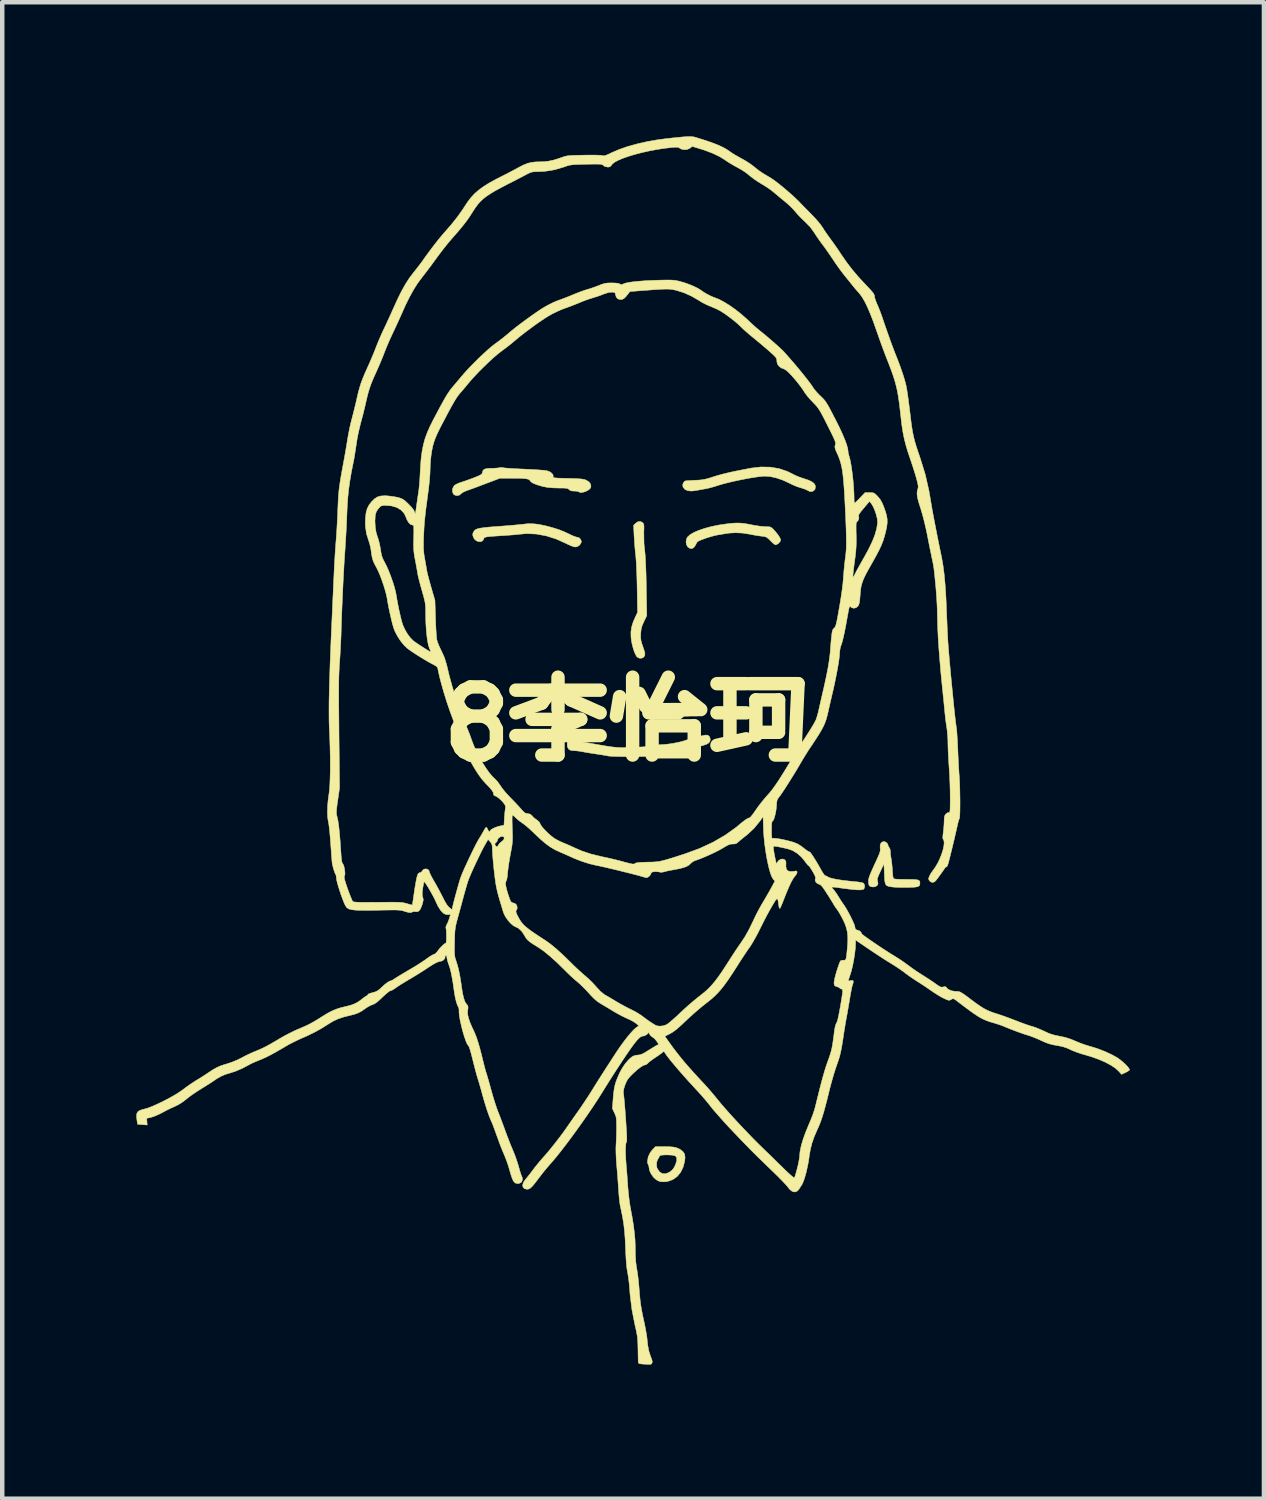
<source format=kicad_pcb>
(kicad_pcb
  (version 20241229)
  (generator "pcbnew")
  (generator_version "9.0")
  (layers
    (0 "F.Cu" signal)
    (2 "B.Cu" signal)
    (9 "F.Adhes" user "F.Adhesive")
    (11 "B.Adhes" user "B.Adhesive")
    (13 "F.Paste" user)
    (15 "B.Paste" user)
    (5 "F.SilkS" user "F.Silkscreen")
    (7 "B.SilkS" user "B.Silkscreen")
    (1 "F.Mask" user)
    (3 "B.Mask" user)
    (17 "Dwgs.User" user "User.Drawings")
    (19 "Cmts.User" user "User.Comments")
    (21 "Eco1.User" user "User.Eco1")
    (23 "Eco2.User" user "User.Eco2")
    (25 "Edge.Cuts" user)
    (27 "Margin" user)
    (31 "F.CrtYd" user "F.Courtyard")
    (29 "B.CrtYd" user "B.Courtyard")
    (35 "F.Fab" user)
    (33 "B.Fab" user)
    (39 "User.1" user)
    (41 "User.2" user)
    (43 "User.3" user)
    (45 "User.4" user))
  (footprint "8李怡珂"
    (layer "F.Cu")
    (at 10.993 13.151)
    (property "Reference" "8李怡珂" (at 0 0 0) (layer "F.SilkS") (effects (font (size 1.524 1.524) (thickness 0.3))))
    (attr through_hole)
    (fp_poly (pts (xy 0.333 -4.51) (xy 0.337 -4.506) (xy 0.35 -4.489) (xy 0.359 -4.466) (xy 0.363 -4.431) (xy 0.363 -4.376) (xy 0.36 -4.296) (xy 0.36 -4.282) (xy 0.364 -4.035) (xy 0.378 -3.903) (xy 0.387 -3.818) (xy 0.395 -3.701) (xy 0.402 -3.553) (xy 0.409 -3.373) (xy 0.414 -3.159) (xy 0.415 -3.073) (xy 0.426 -2.43) (xy 0.361 -2.294) (xy 0.327 -2.219) (xy 0.307 -2.157) (xy 0.296 -2.096) (xy 0.291 -2.023) (xy 0.289 -1.941) (xy 0.296 -1.875) (xy 0.314 -1.807) (xy 0.33 -1.76) (xy 0.353 -1.693) (xy 0.372 -1.633) (xy 0.383 -1.591) (xy 0.384 -1.587) (xy 0.381 -1.535) (xy 0.353 -1.497) (xy 0.311 -1.477) (xy 0.261 -1.477) (xy 0.214 -1.501) (xy 0.203 -1.511) (xy 0.176 -1.555) (xy 0.146 -1.623) (xy 0.119 -1.708) (xy 0.095 -1.801) (xy 0.079 -1.892) (xy 0.073 -1.948) (xy 0.071 -2.065) (xy 0.086 -2.172) (xy 0.12 -2.283) (xy 0.16 -2.376) (xy 0.219 -2.503) (xy 0.21 -3.051) (xy 0.207 -3.196) (xy 0.203 -3.339) (xy 0.197 -3.473) (xy 0.192 -3.594) (xy 0.185 -3.694) (xy 0.179 -3.768) (xy 0.177 -3.785) (xy 0.167 -3.876) (xy 0.157 -3.988) (xy 0.149 -4.105) (xy 0.142 -4.211) (xy 0.131 -4.45) (xy 0.175 -4.494) (xy 0.228 -4.53) (xy 0.283 -4.535) (xy 0.333 -4.51)) (stroke (width 0.01) (type solid)) (fill yes) (layer "F.SilkS"))
    (fp_poly (pts (xy 0.814 9.449) (xy 0.927 9.451) (xy 1.014 9.458) (xy 1.081 9.471) (xy 1.138 9.493) (xy 1.187 9.522) (xy 1.242 9.568) (xy 1.273 9.621) (xy 1.282 9.689) (xy 1.275 9.77) (xy 1.24 9.907) (xy 1.182 10.025) (xy 1.104 10.119) (xy 1.008 10.187) (xy 0.895 10.227) (xy 0.844 10.235) (xy 0.782 10.237) (xy 0.724 10.231) (xy 0.714 10.229) (xy 0.645 10.196) (xy 0.58 10.139) (xy 0.526 10.066) (xy 0.488 9.986) (xy 0.475 9.911) (xy 0.469 9.871) (xy 0.458 9.847) (xy 0.457 9.847) (xy 0.457 9.846) (xy 0.643 9.846) (xy 0.651 9.914) (xy 0.663 9.945) (xy 0.712 10.015) (xy 0.773 10.052) (xy 0.842 10.057) (xy 0.919 10.029) (xy 0.931 10.022) (xy 0.986 9.982) (xy 1.027 9.933) (xy 1.063 9.864) (xy 1.07 9.847) (xy 1.096 9.765) (xy 1.097 9.703) (xy 1.072 9.663) (xy 1.058 9.655) (xy 1.019 9.644) (xy 0.963 9.638) (xy 0.897 9.635) (xy 0.831 9.635) (xy 0.772 9.639) (xy 0.729 9.646) (xy 0.711 9.657) (xy 0.711 9.658) (xy 0.701 9.687) (xy 0.678 9.724) (xy 0.677 9.724) (xy 0.653 9.778) (xy 0.643 9.846) (xy 0.457 9.846) (xy 0.445 9.824) (xy 0.44 9.784) (xy 0.457 9.679) (xy 0.504 9.581) (xy 0.551 9.521) (xy 0.621 9.449) (xy 0.814 9.449)) (stroke (width 0.01) (type solid)) (fill yes) (layer "F.SilkS"))
    (fp_poly (pts (xy -2.007 -4.473) (xy -1.873 -4.446) (xy -1.836 -4.438) (xy -1.682 -4.397) (xy -1.55 -4.356) (xy -1.43 -4.309) (xy -1.309 -4.253) (xy -1.292 -4.244) (xy -1.228 -4.215) (xy -1.172 -4.193) (xy -1.132 -4.183) (xy -1.127 -4.183) (xy -1.084 -4.168) (xy -1.051 -4.131) (xy -1.038 -4.085) (xy -1.041 -4.064) (xy -1.074 -4.01) (xy -1.125 -3.974) (xy -1.176 -3.964) (xy -1.214 -3.972) (xy -1.271 -3.993) (xy -1.339 -4.023) (xy -1.372 -4.04) (xy -1.597 -4.142) (xy -1.822 -4.213) (xy -2.045 -4.254) (xy -2.262 -4.264) (xy -2.421 -4.25) (xy -2.476 -4.244) (xy -2.556 -4.236) (xy -2.653 -4.229) (xy -2.758 -4.221) (xy -2.828 -4.217) (xy -2.951 -4.209) (xy -3.045 -4.203) (xy -3.114 -4.196) (xy -3.161 -4.189) (xy -3.192 -4.18) (xy -3.21 -4.169) (xy -3.22 -4.155) (xy -3.224 -4.139) (xy -3.249 -4.101) (xy -3.29 -4.083) (xy -3.341 -4.085) (xy -3.391 -4.106) (xy -3.433 -4.146) (xy -3.438 -4.153) (xy -3.466 -4.217) (xy -3.465 -4.272) (xy -3.437 -4.323) (xy -3.418 -4.343) (xy -3.391 -4.36) (xy -3.352 -4.374) (xy -3.299 -4.386) (xy -3.228 -4.396) (xy -3.133 -4.407) (xy -3.013 -4.417) (xy -2.862 -4.428) (xy -2.862 -4.428) (xy -2.745 -4.437) (xy -2.633 -4.446) (xy -2.53 -4.455) (xy -2.446 -4.463) (xy -2.387 -4.469) (xy -2.379 -4.47) (xy -2.247 -4.484) (xy -2.127 -4.485) (xy -2.007 -4.473)) (stroke (width 0.01) (type solid)) (fill yes) (layer "F.SilkS"))
    (fp_poly (pts (xy 2.526 -4.499) (xy 2.618 -4.489) (xy 2.718 -4.471) (xy 2.764 -4.462) (xy 2.856 -4.445) (xy 2.95 -4.431) (xy 3.032 -4.422) (xy 3.08 -4.42) (xy 3.145 -4.418) (xy 3.186 -4.412) (xy 3.216 -4.397) (xy 3.245 -4.372) (xy 3.302 -4.311) (xy 3.353 -4.248) (xy 3.393 -4.189) (xy 3.416 -4.142) (xy 3.421 -4.122) (xy 3.407 -4.084) (xy 3.373 -4.046) (xy 3.331 -4.019) (xy 3.305 -4.013) (xy 3.281 -4.025) (xy 3.242 -4.056) (xy 3.197 -4.099) (xy 3.192 -4.104) (xy 3.146 -4.151) (xy 3.111 -4.179) (xy 3.075 -4.194) (xy 3.025 -4.203) (xy 2.988 -4.207) (xy 2.913 -4.217) (xy 2.823 -4.232) (xy 2.735 -4.249) (xy 2.722 -4.252) (xy 2.57 -4.276) (xy 2.411 -4.283) (xy 2.262 -4.275) (xy 2.217 -4.268) (xy 2.149 -4.257) (xy 2.068 -4.243) (xy 2.011 -4.234) (xy 1.944 -4.22) (xy 1.86 -4.197) (xy 1.77 -4.17) (xy 1.726 -4.154) (xy 1.65 -4.126) (xy 1.599 -4.105) (xy 1.566 -4.086) (xy 1.546 -4.065) (xy 1.531 -4.038) (xy 1.524 -4.021) (xy 1.486 -3.961) (xy 1.441 -3.93) (xy 1.392 -3.932) (xy 1.342 -3.966) (xy 1.341 -3.968) (xy 1.311 -4.022) (xy 1.304 -4.088) (xy 1.319 -4.155) (xy 1.339 -4.189) (xy 1.395 -4.24) (xy 1.48 -4.29) (xy 1.591 -4.338) (xy 1.723 -4.382) (xy 1.871 -4.422) (xy 2.032 -4.455) (xy 2.083 -4.463) (xy 2.222 -4.483) (xy 2.337 -4.496) (xy 2.435 -4.501) (xy 2.526 -4.499)) (stroke (width 0.01) (type solid)) (fill yes) (layer "F.SilkS"))
    (fp_poly (pts (xy 3.189 -5.751) (xy 3.389 -5.717) (xy 3.576 -5.653) (xy 3.693 -5.594) (xy 3.755 -5.563) (xy 3.836 -5.53) (xy 3.918 -5.501) (xy 3.938 -5.495) (xy 4.046 -5.459) (xy 4.124 -5.421) (xy 4.173 -5.381) (xy 4.197 -5.335) (xy 4.199 -5.309) (xy 4.189 -5.255) (xy 4.162 -5.225) (xy 4.117 -5.203) (xy 4.074 -5.205) (xy 4.022 -5.231) (xy 3.978 -5.253) (xy 3.916 -5.275) (xy 3.861 -5.292) (xy 3.793 -5.313) (xy 3.712 -5.346) (xy 3.631 -5.384) (xy 3.61 -5.395) (xy 3.47 -5.46) (xy 3.327 -5.509) (xy 3.189 -5.54) (xy 3.064 -5.549) (xy 3.023 -5.547) (xy 2.901 -5.533) (xy 2.759 -5.511) (xy 2.605 -5.483) (xy 2.447 -5.451) (xy 2.294 -5.416) (xy 2.155 -5.382) (xy 2.038 -5.348) (xy 1.998 -5.335) (xy 1.914 -5.309) (xy 1.825 -5.285) (xy 1.747 -5.268) (xy 1.736 -5.266) (xy 1.663 -5.253) (xy 1.593 -5.24) (xy 1.546 -5.231) (xy 1.435 -5.216) (xy 1.346 -5.223) (xy 1.28 -5.251) (xy 1.239 -5.302) (xy 1.235 -5.31) (xy 1.23 -5.36) (xy 1.247 -5.407) (xy 1.28 -5.439) (xy 1.294 -5.444) (xy 1.325 -5.447) (xy 1.381 -5.451) (xy 1.454 -5.455) (xy 1.516 -5.458) (xy 1.602 -5.462) (xy 1.673 -5.47) (xy 1.741 -5.483) (xy 1.818 -5.504) (xy 1.913 -5.534) (xy 2.016 -5.566) (xy 2.131 -5.597) (xy 2.262 -5.629) (xy 2.414 -5.662) (xy 2.592 -5.697) (xy 2.763 -5.73) (xy 2.98 -5.755) (xy 3.189 -5.751)) (stroke (width 0.01) (type solid)) (fill yes) (layer "F.SilkS"))
    (fp_poly (pts (xy 1.793 0.247) (xy 1.83 0.279) (xy 1.846 0.334) (xy 1.846 0.34) (xy 1.839 0.383) (xy 1.814 0.417) (xy 1.768 0.446) (xy 1.695 0.472) (xy 1.624 0.491) (xy 1.533 0.515) (xy 1.435 0.543) (xy 1.347 0.571) (xy 1.329 0.577) (xy 1.234 0.603) (xy 1.12 0.626) (xy 1.008 0.642) (xy 0.724 0.677) (xy 0.508 0.712) (xy 0.466 0.717) (xy 0.396 0.72) (xy 0.307 0.723) (xy 0.202 0.724) (xy 0.089 0.725) (xy -0.027 0.725) (xy -0.14 0.724) (xy -0.243 0.722) (xy -0.331 0.719) (xy -0.398 0.715) (xy -0.438 0.711) (xy -0.44 0.71) (xy -0.481 0.702) (xy -0.546 0.691) (xy -0.625 0.678) (xy -0.694 0.668) (xy -0.786 0.654) (xy -0.88 0.639) (xy -0.962 0.625) (xy -1.004 0.617) (xy -1.079 0.604) (xy -1.154 0.595) (xy -1.203 0.593) (xy -1.277 0.584) (xy -1.325 0.555) (xy -1.35 0.504) (xy -1.355 0.45) (xy -1.35 0.396) (xy -1.333 0.362) (xy -1.317 0.348) (xy -1.267 0.325) (xy -1.22 0.331) (xy -1.181 0.356) (xy -1.135 0.38) (xy -1.091 0.389) (xy -1.055 0.392) (xy -0.996 0.4) (xy -0.921 0.412) (xy -0.865 0.422) (xy -0.706 0.45) (xy -0.574 0.473) (xy -0.465 0.491) (xy -0.374 0.505) (xy -0.295 0.514) (xy -0.223 0.52) (xy -0.152 0.523) (xy -0.078 0.523) (xy 0.006 0.521) (xy 0.103 0.518) (xy 0.118 0.518) (xy 0.238 0.513) (xy 0.351 0.506) (xy 0.449 0.498) (xy 0.527 0.489) (xy 0.573 0.482) (xy 0.643 0.468) (xy 0.712 0.459) (xy 0.752 0.457) (xy 0.824 0.453) (xy 0.916 0.443) (xy 1.016 0.428) (xy 1.114 0.409) (xy 1.199 0.39) (xy 1.258 0.372) (xy 1.317 0.353) (xy 1.397 0.328) (xy 1.488 0.303) (xy 1.58 0.278) (xy 1.662 0.258) (xy 1.725 0.245) (xy 1.737 0.242) (xy 1.793 0.247)) (stroke (width 0.01) (type solid)) (fill yes) (layer "F.SilkS"))
    (fp_poly (pts (xy 5.774 2.638) (xy 5.81 2.671) (xy 5.825 2.711) (xy 5.825 2.713) (xy 5.837 2.745) (xy 5.85 2.76) (xy 5.868 2.794) (xy 5.876 2.851) (xy 5.876 2.86) (xy 5.88 2.926) (xy 5.89 2.992) (xy 5.893 3.006) (xy 5.9 3.051) (xy 5.908 3.119) (xy 5.916 3.201) (xy 5.92 3.263) (xy 5.926 3.345) (xy 5.931 3.4) (xy 5.938 3.434) (xy 5.948 3.452) (xy 5.962 3.46) (xy 5.967 3.461) (xy 5.996 3.465) (xy 6.052 3.468) (xy 6.128 3.47) (xy 6.216 3.471) (xy 6.249 3.471) (xy 6.354 3.472) (xy 6.43 3.475) (xy 6.481 3.482) (xy 6.513 3.494) (xy 6.53 3.512) (xy 6.536 3.538) (xy 6.536 3.557) (xy 6.533 3.591) (xy 6.52 3.615) (xy 6.493 3.632) (xy 6.447 3.642) (xy 6.378 3.648) (xy 6.281 3.651) (xy 6.242 3.652) (xy 6.145 3.652) (xy 6.05 3.65) (xy 5.968 3.646) (xy 5.909 3.64) (xy 5.902 3.64) (xy 5.845 3.63) (xy 5.804 3.616) (xy 5.777 3.594) (xy 5.76 3.558) (xy 5.749 3.503) (xy 5.743 3.423) (xy 5.74 3.348) (xy 5.731 3.124) (xy 5.683 3.226) (xy 5.641 3.316) (xy 5.611 3.382) (xy 5.593 3.428) (xy 5.584 3.461) (xy 5.583 3.485) (xy 5.588 3.507) (xy 5.592 3.52) (xy 5.599 3.573) (xy 5.576 3.613) (xy 5.527 3.637) (xy 5.487 3.641) (xy 5.433 3.634) (xy 5.401 3.61) (xy 5.387 3.564) (xy 5.385 3.521) (xy 5.386 3.492) (xy 5.389 3.463) (xy 5.398 3.429) (xy 5.412 3.388) (xy 5.434 3.333) (xy 5.466 3.26) (xy 5.508 3.166) (xy 5.564 3.046) (xy 5.565 3.043) (xy 5.603 2.958) (xy 5.629 2.897) (xy 5.643 2.853) (xy 5.649 2.817) (xy 5.648 2.784) (xy 5.646 2.767) (xy 5.647 2.699) (xy 5.669 2.651) (xy 5.712 2.627) (xy 5.732 2.625) (xy 5.774 2.638)) (stroke (width 0.01) (type solid)) (fill yes) (layer "F.SilkS"))
    (fp_poly (pts (xy -2.794 -5.739) (xy -2.766 -5.734) (xy -2.709 -5.729) (xy -2.629 -5.723) (xy -2.529 -5.717) (xy -2.417 -5.711) (xy -2.32 -5.707) (xy -2.197 -5.701) (xy -2.082 -5.695) (xy -1.979 -5.688) (xy -1.895 -5.682) (xy -1.834 -5.675) (xy -1.808 -5.671) (xy -1.745 -5.648) (xy -1.697 -5.613) (xy -1.669 -5.572) (xy -1.668 -5.536) (xy -1.669 -5.526) (xy -1.662 -5.519) (xy -1.642 -5.513) (xy -1.605 -5.509) (xy -1.548 -5.505) (xy -1.465 -5.503) (xy -1.353 -5.5) (xy -1.343 -5.5) (xy -1.22 -5.497) (xy -1.127 -5.493) (xy -1.057 -5.488) (xy -1.004 -5.481) (xy -0.965 -5.473) (xy -0.935 -5.462) (xy -0.87 -5.423) (xy -0.832 -5.373) (xy -0.823 -5.317) (xy -0.83 -5.292) (xy -0.855 -5.258) (xy -0.9 -5.227) (xy -0.955 -5.202) (xy -1.011 -5.186) (xy -1.059 -5.183) (xy -1.09 -5.195) (xy -1.092 -5.199) (xy -1.114 -5.208) (xy -1.158 -5.214) (xy -1.192 -5.215) (xy -1.254 -5.219) (xy -1.293 -5.233) (xy -1.312 -5.249) (xy -1.329 -5.264) (xy -1.353 -5.274) (xy -1.389 -5.28) (xy -1.446 -5.283) (xy -1.529 -5.283) (xy -1.532 -5.283) (xy -1.675 -5.287) (xy -1.797 -5.298) (xy -1.908 -5.32) (xy -2.019 -5.353) (xy -2.042 -5.361) (xy -2.117 -5.391) (xy -2.163 -5.42) (xy -2.181 -5.442) (xy -2.195 -5.462) (xy -2.22 -5.478) (xy -2.261 -5.489) (xy -2.32 -5.496) (xy -2.402 -5.501) (xy -2.511 -5.503) (xy -2.608 -5.503) (xy -2.858 -5.503) (xy -3.186 -5.379) (xy -3.291 -5.339) (xy -3.392 -5.301) (xy -3.482 -5.268) (xy -3.555 -5.242) (xy -3.603 -5.225) (xy -3.606 -5.224) (xy -3.664 -5.2) (xy -3.711 -5.171) (xy -3.73 -5.154) (xy -3.774 -5.121) (xy -3.827 -5.113) (xy -3.877 -5.129) (xy -3.905 -5.156) (xy -3.923 -5.213) (xy -3.917 -5.276) (xy -3.886 -5.331) (xy -3.868 -5.349) (xy -3.831 -5.371) (xy -3.773 -5.396) (xy -3.712 -5.417) (xy -3.645 -5.439) (xy -3.561 -5.469) (xy -3.472 -5.501) (xy -3.429 -5.518) (xy -3.352 -5.549) (xy -3.301 -5.573) (xy -3.271 -5.593) (xy -3.257 -5.612) (xy -3.254 -5.624) (xy -3.242 -5.668) (xy -3.218 -5.698) (xy -3.176 -5.715) (xy -3.11 -5.723) (xy -3.05 -5.725) (xy -2.979 -5.727) (xy -2.918 -5.731) (xy -2.877 -5.737) (xy -2.87 -5.739) (xy -2.828 -5.744) (xy -2.794 -5.739)) (stroke (width 0.01) (type solid)) (fill yes) (layer "F.SilkS"))
    (fp_poly (pts (xy 1.429 -13.145) (xy 1.469 -13.14) (xy 1.503 -13.133) (xy 1.516 -13.129) (xy 1.689 -13.075) (xy 1.833 -13.027) (xy 1.953 -12.983) (xy 2.053 -12.942) (xy 2.137 -12.902) (xy 2.21 -12.861) (xy 2.276 -12.817) (xy 2.294 -12.803) (xy 2.346 -12.768) (xy 2.417 -12.725) (xy 2.497 -12.68) (xy 2.548 -12.652) (xy 2.647 -12.596) (xy 2.745 -12.532) (xy 2.827 -12.47) (xy 2.836 -12.462) (xy 2.907 -12.404) (xy 2.988 -12.347) (xy 3.062 -12.3) (xy 3.074 -12.293) (xy 3.144 -12.252) (xy 3.214 -12.209) (xy 3.269 -12.172) (xy 3.271 -12.171) (xy 3.35 -12.111) (xy 3.443 -12.037) (xy 3.542 -11.954) (xy 3.64 -11.869) (xy 3.73 -11.788) (xy 3.802 -11.719) (xy 3.826 -11.695) (xy 3.881 -11.638) (xy 3.951 -11.566) (xy 4.028 -11.488) (xy 4.104 -11.411) (xy 4.116 -11.398) (xy 4.192 -11.319) (xy 4.262 -11.239) (xy 4.32 -11.167) (xy 4.36 -11.109) (xy 4.361 -11.108) (xy 4.401 -11.044) (xy 4.454 -10.967) (xy 4.51 -10.889) (xy 4.532 -10.858) (xy 4.584 -10.787) (xy 4.646 -10.7) (xy 4.711 -10.606) (xy 4.768 -10.519) (xy 4.891 -10.341) (xy 5.02 -10.172) (xy 5.163 -10.003) (xy 5.328 -9.826) (xy 5.332 -9.821) (xy 5.405 -9.745) (xy 5.457 -9.687) (xy 5.491 -9.645) (xy 5.51 -9.613) (xy 5.519 -9.587) (xy 5.52 -9.574) (xy 5.527 -9.534) (xy 5.546 -9.475) (xy 5.573 -9.408) (xy 5.579 -9.394) (xy 5.613 -9.315) (xy 5.65 -9.221) (xy 5.683 -9.131) (xy 5.688 -9.116) (xy 5.73 -8.991) (xy 5.776 -8.858) (xy 5.823 -8.725) (xy 5.868 -8.598) (xy 5.91 -8.483) (xy 5.946 -8.388) (xy 5.973 -8.317) (xy 5.974 -8.314) (xy 6.039 -8.151) (xy 6.099 -7.99) (xy 6.151 -7.84) (xy 6.193 -7.705) (xy 6.223 -7.592) (xy 6.231 -7.555) (xy 6.243 -7.49) (xy 6.257 -7.398) (xy 6.273 -7.286) (xy 6.289 -7.162) (xy 6.306 -7.033) (xy 6.316 -6.948) (xy 6.335 -6.789) (xy 6.353 -6.656) (xy 6.372 -6.54) (xy 6.394 -6.433) (xy 6.421 -6.326) (xy 6.455 -6.212) (xy 6.498 -6.082) (xy 6.545 -5.944) (xy 6.656 -5.585) (xy 6.737 -5.228) (xy 6.765 -5.067) (xy 6.785 -4.947) (xy 6.811 -4.797) (xy 6.844 -4.62) (xy 6.883 -4.419) (xy 6.926 -4.199) (xy 6.974 -3.961) (xy 7.026 -3.708) (xy 7.053 -3.55) (xy 7.078 -3.36) (xy 7.098 -3.143) (xy 7.115 -2.901) (xy 7.128 -2.637) (xy 7.129 -2.591) (xy 7.134 -2.451) (xy 7.141 -2.301) (xy 7.147 -2.151) (xy 7.154 -2.012) (xy 7.16 -1.893) (xy 7.162 -1.854) (xy 7.168 -1.772) (xy 7.176 -1.666) (xy 7.187 -1.54) (xy 7.199 -1.399) (xy 7.213 -1.246) (xy 7.228 -1.085) (xy 7.244 -0.92) (xy 7.26 -0.756) (xy 7.276 -0.595) (xy 7.291 -0.443) (xy 7.306 -0.304) (xy 7.319 -0.18) (xy 7.331 -0.077) (xy 7.341 0.002) (xy 7.348 0.053) (xy 7.35 0.064) (xy 7.356 0.104) (xy 7.362 0.172) (xy 7.368 0.261) (xy 7.375 0.367) (xy 7.38 0.482) (xy 7.383 0.542) (xy 7.388 0.671) (xy 7.395 0.805) (xy 7.401 0.933) (xy 7.408 1.048) (xy 7.414 1.14) (xy 7.416 1.16) (xy 7.421 1.246) (xy 7.426 1.348) (xy 7.429 1.46) (xy 7.431 1.577) (xy 7.433 1.694) (xy 7.433 1.806) (xy 7.432 1.908) (xy 7.43 1.994) (xy 7.426 2.06) (xy 7.422 2.1) (xy 7.419 2.109) (xy 7.409 2.132) (xy 7.394 2.18) (xy 7.379 2.242) (xy 7.375 2.261) (xy 7.358 2.336) (xy 7.336 2.432) (xy 7.311 2.541) (xy 7.283 2.658) (xy 7.255 2.775) (xy 7.228 2.885) (xy 7.204 2.982) (xy 7.184 3.06) (xy 7.17 3.112) (xy 7.17 3.112) (xy 7.154 3.159) (xy 7.138 3.188) (xy 7.129 3.192) (xy 7.11 3.197) (xy 7.097 3.213) (xy 7.08 3.239) (xy 7.049 3.285) (xy 7.008 3.342) (xy 6.965 3.402) (xy 6.924 3.457) (xy 6.891 3.499) (xy 6.883 3.509) (xy 6.842 3.536) (xy 6.795 3.535) (xy 6.754 3.508) (xy 6.748 3.499) (xy 6.732 3.47) (xy 6.732 3.443) (xy 6.747 3.403) (xy 6.751 3.393) (xy 6.782 3.337) (xy 6.822 3.279) (xy 6.832 3.266) (xy 6.887 3.189) (xy 6.938 3.1) (xy 6.984 3.002) (xy 7.023 2.903) (xy 7.053 2.807) (xy 7.072 2.72) (xy 7.078 2.647) (xy 7.07 2.595) (xy 7.059 2.578) (xy 7.049 2.558) (xy 7.048 2.521) (xy 7.053 2.46) (xy 7.059 2.418) (xy 7.068 2.333) (xy 7.075 2.242) (xy 7.078 2.165) (xy 7.078 2.162) (xy 7.08 2.098) (xy 7.087 2.056) (xy 7.102 2.026) (xy 7.12 2.006) (xy 7.157 1.979) (xy 7.187 1.975) (xy 7.196 1.975) (xy 7.203 1.965) (xy 7.207 1.941) (xy 7.211 1.9) (xy 7.212 1.836) (xy 7.213 1.746) (xy 7.213 1.632) (xy 7.212 1.496) (xy 7.208 1.345) (xy 7.202 1.191) (xy 7.194 1.048) (xy 7.188 0.957) (xy 7.18 0.838) (xy 7.173 0.713) (xy 7.167 0.594) (xy 7.164 0.49) (xy 7.163 0.432) (xy 7.161 0.334) (xy 7.154 0.231) (xy 7.145 0.137) (xy 7.138 0.085) (xy 7.125 0.001) (xy 7.111 -0.099) (xy 7.1 -0.2) (xy 7.096 -0.237) (xy 7.09 -0.301) (xy 7.081 -0.392) (xy 7.07 -0.504) (xy 7.057 -0.631) (xy 7.043 -0.767) (xy 7.029 -0.905) (xy 7.027 -0.923) (xy 7.001 -1.19) (xy 6.979 -1.452) (xy 6.959 -1.703) (xy 6.944 -1.94) (xy 6.934 -2.156) (xy 6.928 -2.347) (xy 6.926 -2.455) (xy 6.924 -2.552) (xy 6.919 -2.672) (xy 6.912 -2.804) (xy 6.902 -2.94) (xy 6.892 -3.065) (xy 6.879 -3.199) (xy 6.869 -3.305) (xy 6.86 -3.39) (xy 6.852 -3.459) (xy 6.844 -3.52) (xy 6.834 -3.577) (xy 6.822 -3.637) (xy 6.807 -3.707) (xy 6.798 -3.751) (xy 6.782 -3.83) (xy 6.76 -3.933) (xy 6.737 -4.049) (xy 6.713 -4.17) (xy 6.696 -4.259) (xy 6.666 -4.398) (xy 6.631 -4.545) (xy 6.594 -4.686) (xy 6.558 -4.809) (xy 6.551 -4.832) (xy 6.514 -4.948) (xy 6.489 -5.039) (xy 6.475 -5.11) (xy 6.471 -5.166) (xy 6.476 -5.215) (xy 6.488 -5.259) (xy 6.496 -5.289) (xy 6.497 -5.323) (xy 6.491 -5.369) (xy 6.475 -5.434) (xy 6.461 -5.489) (xy 6.438 -5.57) (xy 6.407 -5.671) (xy 6.371 -5.782) (xy 6.335 -5.891) (xy 6.323 -5.925) (xy 6.265 -6.098) (xy 6.219 -6.252) (xy 6.183 -6.397) (xy 6.154 -6.543) (xy 6.13 -6.701) (xy 6.113 -6.847) (xy 6.092 -7.033) (xy 6.073 -7.191) (xy 6.053 -7.328) (xy 6.032 -7.45) (xy 6.006 -7.564) (xy 5.976 -7.675) (xy 5.94 -7.791) (xy 5.895 -7.917) (xy 5.841 -8.06) (xy 5.776 -8.225) (xy 5.771 -8.238) (xy 5.746 -8.303) (xy 5.713 -8.392) (xy 5.673 -8.5) (xy 5.63 -8.62) (xy 5.587 -8.744) (xy 5.559 -8.822) (xy 5.488 -9.023) (xy 5.421 -9.194) (xy 5.359 -9.337) (xy 5.301 -9.456) (xy 5.243 -9.554) (xy 5.186 -9.632) (xy 5.16 -9.662) (xy 5.111 -9.717) (xy 5.064 -9.772) (xy 5.031 -9.813) (xy 5.003 -9.849) (xy 4.959 -9.904) (xy 4.906 -9.969) (xy 4.858 -10.028) (xy 4.797 -10.106) (xy 4.727 -10.2) (xy 4.657 -10.299) (xy 4.597 -10.389) (xy 4.537 -10.477) (xy 4.473 -10.57) (xy 4.412 -10.657) (xy 4.36 -10.726) (xy 4.359 -10.728) (xy 4.302 -10.805) (xy 4.242 -10.891) (xy 4.189 -10.971) (xy 4.175 -10.994) (xy 4.079 -11.126) (xy 3.961 -11.245) (xy 3.894 -11.309) (xy 3.827 -11.377) (xy 3.771 -11.44) (xy 3.748 -11.467) (xy 3.703 -11.519) (xy 3.639 -11.583) (xy 3.568 -11.649) (xy 3.517 -11.692) (xy 3.442 -11.753) (xy 3.364 -11.818) (xy 3.294 -11.876) (xy 3.257 -11.908) (xy 3.195 -11.956) (xy 3.116 -12.011) (xy 3.032 -12.064) (xy 2.991 -12.088) (xy 2.909 -12.139) (xy 2.823 -12.197) (xy 2.747 -12.255) (xy 2.718 -12.279) (xy 2.639 -12.342) (xy 2.544 -12.404) (xy 2.454 -12.455) (xy 2.372 -12.499) (xy 2.285 -12.551) (xy 2.208 -12.6) (xy 2.189 -12.614) (xy 2.059 -12.696) (xy 1.903 -12.771) (xy 1.718 -12.841) (xy 1.623 -12.871) (xy 1.443 -12.926) (xy 1.397 -12.889) (xy 1.337 -12.86) (xy 1.267 -12.852) (xy 1.2 -12.865) (xy 1.166 -12.884) (xy 1.143 -12.899) (xy 1.114 -12.907) (xy 1.073 -12.908) (xy 1.01 -12.904) (xy 0.982 -12.901) (xy 0.814 -12.882) (xy 0.643 -12.855) (xy 0.474 -12.823) (xy 0.31 -12.786) (xy 0.156 -12.746) (xy 0.014 -12.703) (xy -0.111 -12.659) (xy -0.215 -12.615) (xy -0.295 -12.572) (xy -0.346 -12.53) (xy -0.359 -12.513) (xy -0.387 -12.477) (xy -0.424 -12.464) (xy -0.448 -12.463) (xy -0.511 -12.476) (xy -0.543 -12.498) (xy -0.557 -12.51) (xy -0.573 -12.519) (xy -0.596 -12.525) (xy -0.631 -12.528) (xy -0.684 -12.53) (xy -0.758 -12.53) (xy -0.859 -12.528) (xy -0.929 -12.527) (xy -1.047 -12.524) (xy -1.137 -12.521) (xy -1.206 -12.518) (xy -1.26 -12.512) (xy -1.305 -12.505) (xy -1.346 -12.494) (xy -1.391 -12.479) (xy -1.422 -12.467) (xy -1.636 -12.404) (xy -1.851 -12.369) (xy -1.999 -12.361) (xy -2.074 -12.36) (xy -2.127 -12.355) (xy -2.174 -12.343) (xy -2.226 -12.32) (xy -2.281 -12.291) (xy -2.343 -12.258) (xy -2.427 -12.215) (xy -2.522 -12.165) (xy -2.621 -12.114) (xy -2.667 -12.091) (xy -2.827 -12.008) (xy -2.96 -11.936) (xy -3.069 -11.871) (xy -3.16 -11.81) (xy -3.236 -11.75) (xy -3.302 -11.689) (xy -3.36 -11.621) (xy -3.415 -11.546) (xy -3.472 -11.458) (xy -3.479 -11.447) (xy -3.538 -11.355) (xy -3.602 -11.263) (xy -3.676 -11.167) (xy -3.764 -11.06) (xy -3.869 -10.938) (xy -3.937 -10.861) (xy -4 -10.787) (xy -4.075 -10.695) (xy -4.155 -10.593) (xy -4.232 -10.491) (xy -4.276 -10.431) (xy -4.348 -10.332) (xy -4.427 -10.225) (xy -4.505 -10.122) (xy -4.575 -10.031) (xy -4.61 -9.986) (xy -4.703 -9.86) (xy -4.793 -9.718) (xy -4.882 -9.556) (xy -4.974 -9.37) (xy -5.062 -9.173) (xy -5.102 -9.084) (xy -5.15 -8.977) (xy -5.202 -8.865) (xy -5.251 -8.761) (xy -5.256 -8.75) (xy -5.305 -8.646) (xy -5.356 -8.531) (xy -5.403 -8.418) (xy -5.442 -8.32) (xy -5.445 -8.313) (xy -5.483 -8.214) (xy -5.53 -8.1) (xy -5.58 -7.984) (xy -5.624 -7.885) (xy -5.686 -7.749) (xy -5.734 -7.633) (xy -5.773 -7.526) (xy -5.805 -7.419) (xy -5.835 -7.302) (xy -5.851 -7.233) (xy -5.873 -7.135) (xy -5.899 -7.028) (xy -5.923 -6.929) (xy -5.937 -6.877) (xy -5.974 -6.739) (xy -6.002 -6.625) (xy -6.025 -6.526) (xy -6.044 -6.433) (xy -6.061 -6.337) (xy -6.077 -6.23) (xy -6.079 -6.216) (xy -6.094 -6.117) (xy -6.11 -6.019) (xy -6.124 -5.932) (xy -6.137 -5.867) (xy -6.139 -5.858) (xy -6.183 -5.638) (xy -6.217 -5.44) (xy -6.243 -5.253) (xy -6.262 -5.069) (xy -6.275 -4.875) (xy -6.282 -4.716) (xy -6.287 -4.572) (xy -6.294 -4.413) (xy -6.303 -4.251) (xy -6.312 -4.098) (xy -6.32 -3.965) (xy -6.322 -3.937) (xy -6.333 -3.778) (xy -6.345 -3.592) (xy -6.356 -3.386) (xy -6.368 -3.166) (xy -6.378 -2.941) (xy -6.388 -2.715) (xy -6.397 -2.498) (xy -6.404 -2.294) (xy -6.41 -2.111) (xy -6.41 -2.108) (xy -6.414 -1.969) (xy -6.421 -1.812) (xy -6.429 -1.651) (xy -6.438 -1.5) (xy -6.446 -1.389) (xy -6.451 -1.315) (xy -6.455 -1.239) (xy -6.459 -1.16) (xy -6.462 -1.073) (xy -6.464 -0.976) (xy -6.465 -0.866) (xy -6.465 -0.739) (xy -6.465 -0.593) (xy -6.465 -0.424) (xy -6.463 -0.23) (xy -6.461 -0.007) (xy -6.46 0.191) (xy -6.447 1.423) (xy -6.487 1.702) (xy -6.502 1.805) (xy -6.511 1.882) (xy -6.516 1.939) (xy -6.517 1.982) (xy -6.514 2.019) (xy -6.506 2.055) (xy -6.498 2.087) (xy -6.484 2.151) (xy -6.471 2.236) (xy -6.458 2.343) (xy -6.445 2.476) (xy -6.432 2.637) (xy -6.419 2.828) (xy -6.418 2.842) (xy -6.411 2.947) (xy -6.404 3.023) (xy -6.396 3.074) (xy -6.387 3.105) (xy -6.376 3.121) (xy -6.375 3.123) (xy -6.359 3.148) (xy -6.345 3.195) (xy -6.334 3.252) (xy -6.327 3.31) (xy -6.326 3.358) (xy -6.333 3.386) (xy -6.336 3.388) (xy -6.344 3.413) (xy -6.335 3.467) (xy -6.334 3.473) (xy -6.317 3.533) (xy -6.293 3.607) (xy -6.265 3.689) (xy -6.234 3.771) (xy -6.205 3.847) (xy -6.179 3.909) (xy -6.16 3.951) (xy -6.152 3.962) (xy -6.141 3.97) (xy -6.122 3.975) (xy -6.09 3.979) (xy -6.042 3.982) (xy -5.975 3.984) (xy -5.885 3.984) (xy -5.769 3.984) (xy -5.624 3.983) (xy -5.593 3.983) (xy -5.443 3.982) (xy -5.322 3.981) (xy -5.226 3.981) (xy -5.152 3.983) (xy -5.094 3.985) (xy -5.048 3.989) (xy -5.011 3.995) (xy -4.977 4.003) (xy -4.943 4.013) (xy -4.94 4.013) (xy -4.882 4.03) (xy -4.839 4.041) (xy -4.82 4.044) (xy -4.819 4.044) (xy -4.816 4.026) (xy -4.809 3.981) (xy -4.799 3.915) (xy -4.788 3.835) (xy -4.785 3.818) (xy -4.763 3.668) (xy -4.742 3.544) (xy -4.723 3.446) (xy -4.705 3.379) (xy -4.689 3.343) (xy -4.688 3.341) (xy -4.657 3.321) (xy -4.642 3.319) (xy -4.614 3.305) (xy -4.597 3.281) (xy -4.568 3.248) (xy -4.527 3.236) (xy -4.484 3.242) (xy -4.45 3.266) (xy -4.437 3.305) (xy -4.437 3.305) (xy -4.428 3.332) (xy -4.405 3.38) (xy -4.372 3.444) (xy -4.334 3.51) (xy -4.281 3.602) (xy -4.223 3.709) (xy -4.168 3.814) (xy -4.14 3.869) (xy -4.088 3.971) (xy -4.043 4.043) (xy -4.003 4.091) (xy -3.99 4.102) (xy -3.931 4.148) (xy -3.92 4.093) (xy -3.907 4.037) (xy -3.887 3.957) (xy -3.862 3.862) (xy -3.834 3.759) (xy -3.806 3.657) (xy -3.779 3.563) (xy -3.756 3.485) (xy -3.739 3.431) (xy -3.738 3.429) (xy -3.716 3.372) (xy -3.683 3.293) (xy -3.64 3.196) (xy -3.59 3.089) (xy -3.538 2.977) (xy -3.485 2.867) (xy -3.435 2.765) (xy -3.39 2.676) (xy -3.353 2.608) (xy -3.332 2.571) (xy -3.29 2.504) (xy -3.247 2.43) (xy -3.226 2.392) (xy -3.199 2.345) (xy -3.176 2.312) (xy -3.166 2.303) (xy -3.152 2.317) (xy -3.134 2.351) (xy -3.133 2.354) (xy -3.113 2.389) (xy -3.094 2.405) (xy -3.083 2.398) (xy -3.082 2.389) (xy -3.067 2.367) (xy -3.028 2.34) (xy -2.973 2.313) (xy -2.91 2.29) (xy -2.864 2.278) (xy -2.769 2.259) (xy -2.759 2.091) (xy -2.753 2.014) (xy -2.747 1.948) (xy -2.74 1.9) (xy -2.737 1.884) (xy -2.735 1.839) (xy -2.744 1.81) (xy -2.781 1.757) (xy -2.831 1.701) (xy -2.887 1.651) (xy -2.938 1.616) (xy -2.955 1.609) (xy -2.996 1.588) (xy -3.003 1.566) (xy -3.007 1.531) (xy -3.039 1.478) (xy -3.099 1.407) (xy -3.182 1.321) (xy -3.259 1.234) (xy -3.341 1.123) (xy -3.425 0.992) (xy -3.507 0.85) (xy -3.582 0.704) (xy -3.646 0.56) (xy -3.691 0.44) (xy -3.722 0.355) (xy -3.761 0.254) (xy -3.802 0.152) (xy -3.829 0.09) (xy -3.901 -0.085) (xy -3.975 -0.285) (xy -4.049 -0.501) (xy -4.118 -0.724) (xy -4.18 -0.945) (xy -4.2 -1.022) (xy -4.219 -1.103) (xy -4.235 -1.173) (xy -4.246 -1.227) (xy -4.25 -1.255) (xy -4.262 -1.278) (xy -4.3 -1.308) (xy -4.366 -1.345) (xy -4.373 -1.348) (xy -4.45 -1.389) (xy -4.542 -1.443) (xy -4.641 -1.503) (xy -4.74 -1.566) (xy -4.831 -1.626) (xy -4.904 -1.677) (xy -4.94 -1.705) (xy -5.011 -1.774) (xy -5.084 -1.866) (xy -5.152 -1.97) (xy -5.207 -2.075) (xy -5.216 -2.096) (xy -5.239 -2.16) (xy -5.265 -2.25) (xy -5.292 -2.36) (xy -5.32 -2.483) (xy -5.347 -2.611) (xy -5.371 -2.738) (xy -5.384 -2.82) (xy -5.402 -2.905) (xy -5.431 -3.01) (xy -5.467 -3.126) (xy -5.508 -3.243) (xy -5.55 -3.353) (xy -5.591 -3.446) (xy -5.621 -3.505) (xy -5.667 -3.589) (xy -5.698 -3.661) (xy -5.719 -3.736) (xy -5.734 -3.825) (xy -5.74 -3.873) (xy -5.753 -3.955) (xy -5.774 -4.039) (xy -5.796 -4.108) (xy -5.797 -4.109) (xy -5.846 -4.267) (xy -5.87 -4.442) (xy -5.869 -4.539) (xy -5.655 -4.539) (xy -5.648 -4.411) (xy -5.629 -4.29) (xy -5.598 -4.189) (xy -5.598 -4.189) (xy -5.576 -4.125) (xy -5.555 -4.042) (xy -5.537 -3.952) (xy -5.53 -3.913) (xy -5.517 -3.825) (xy -5.501 -3.759) (xy -5.48 -3.702) (xy -5.449 -3.642) (xy -5.437 -3.62) (xy -5.394 -3.536) (xy -5.348 -3.43) (xy -5.301 -3.31) (xy -5.257 -3.185) (xy -5.22 -3.066) (xy -5.193 -2.961) (xy -5.181 -2.9) (xy -5.163 -2.792) (xy -5.141 -2.674) (xy -5.117 -2.555) (xy -5.091 -2.441) (xy -5.067 -2.34) (xy -5.045 -2.26) (xy -5.03 -2.216) (xy -4.985 -2.117) (xy -4.928 -2.02) (xy -4.865 -1.935) (xy -4.803 -1.872) (xy -4.799 -1.868) (xy -4.762 -1.841) (xy -4.709 -1.805) (xy -4.647 -1.763) (xy -4.581 -1.72) (xy -4.518 -1.68) (xy -4.464 -1.647) (xy -4.425 -1.624) (xy -4.407 -1.616) (xy -4.407 -1.616) (xy -4.41 -1.633) (xy -4.425 -1.67) (xy -4.438 -1.7) (xy -4.459 -1.766) (xy -4.478 -1.859) (xy -4.494 -1.975) (xy -4.507 -2.108) (xy -4.516 -2.251) (xy -4.521 -2.4) (xy -4.521 -2.455) (xy -4.521 -2.543) (xy -4.523 -2.613) (xy -4.527 -2.671) (xy -4.535 -2.728) (xy -4.549 -2.79) (xy -4.568 -2.865) (xy -4.596 -2.963) (xy -4.605 -2.997) (xy -4.634 -3.098) (xy -4.659 -3.193) (xy -4.68 -3.276) (xy -4.694 -3.338) (xy -4.7 -3.37) (xy -4.707 -3.416) (xy -4.72 -3.486) (xy -4.735 -3.57) (xy -4.752 -3.66) (xy -4.753 -3.666) (xy -4.77 -3.755) (xy -4.781 -3.83) (xy -4.788 -3.9) (xy -4.791 -3.976) (xy -4.791 -4.028) (xy -4.57 -4.028) (xy -4.569 -3.935) (xy -4.564 -3.856) (xy -4.555 -3.781) (xy -4.541 -3.699) (xy -4.54 -3.695) (xy -4.525 -3.611) (xy -4.511 -3.532) (xy -4.5 -3.467) (xy -4.495 -3.437) (xy -4.487 -3.396) (xy -4.471 -3.33) (xy -4.449 -3.245) (xy -4.422 -3.148) (xy -4.399 -3.065) (xy -4.313 -2.769) (xy -4.3 -2.371) (xy -4.296 -2.252) (xy -4.291 -2.14) (xy -4.285 -2.041) (xy -4.279 -1.96) (xy -4.273 -1.903) (xy -4.27 -1.886) (xy -4.254 -1.834) (xy -4.226 -1.763) (xy -4.191 -1.685) (xy -4.168 -1.639) (xy -4.101 -1.491) (xy -4.055 -1.342) (xy -4.047 -1.311) (xy -3.994 -1.089) (xy -3.931 -0.859) (xy -3.862 -0.629) (xy -3.788 -0.407) (xy -3.713 -0.203) (xy -3.64 -0.023) (xy -3.637 -0.015) (xy -3.596 0.079) (xy -3.556 0.177) (xy -3.521 0.269) (xy -3.497 0.339) (xy -3.451 0.461) (xy -3.393 0.592) (xy -3.325 0.726) (xy -3.252 0.856) (xy -3.176 0.976) (xy -3.103 1.08) (xy -3.035 1.161) (xy -3.005 1.19) (xy -2.953 1.241) (xy -2.906 1.294) (xy -2.877 1.334) (xy -2.811 1.431) (xy -2.726 1.535) (xy -2.618 1.651) (xy -2.592 1.677) (xy -2.527 1.744) (xy -2.461 1.814) (xy -2.404 1.877) (xy -2.382 1.902) (xy -2.336 1.953) (xy -2.302 1.982) (xy -2.271 1.996) (xy -2.243 1.998) (xy -2.182 2.012) (xy -2.132 2.055) (xy -2.121 2.071) (xy -2.1 2.092) (xy -2.061 2.122) (xy -2.038 2.137) (xy -1.981 2.186) (xy -1.957 2.231) (xy -1.938 2.267) (xy -1.899 2.318) (xy -1.845 2.377) (xy -1.782 2.439) (xy -1.715 2.498) (xy -1.651 2.547) (xy -1.64 2.554) (xy -1.585 2.586) (xy -1.513 2.623) (xy -1.438 2.656) (xy -1.432 2.658) (xy -1.357 2.689) (xy -1.281 2.723) (xy -1.22 2.751) (xy -1.216 2.753) (xy -1.032 2.834) (xy -0.822 2.904) (xy -0.592 2.96) (xy -0.579 2.963) (xy -0.467 2.987) (xy -0.344 3.015) (xy -0.224 3.044) (xy -0.122 3.07) (xy -0.119 3.072) (xy -0.022 3.098) (xy 0.048 3.115) (xy 0.096 3.126) (xy 0.127 3.129) (xy 0.146 3.126) (xy 0.16 3.118) (xy 0.167 3.111) (xy 0.191 3.102) (xy 0.244 3.094) (xy 0.327 3.089) (xy 0.443 3.085) (xy 0.445 3.085) (xy 0.519 3.084) (xy 0.581 3.082) (xy 0.636 3.078) (xy 0.689 3.072) (xy 0.744 3.061) (xy 0.806 3.046) (xy 0.881 3.026) (xy 0.972 2.998) (xy 1.084 2.963) (xy 1.222 2.918) (xy 1.278 2.9) (xy 1.606 2.78) (xy 1.907 2.64) (xy 2.182 2.481) (xy 2.43 2.303) (xy 2.5 2.244) (xy 2.574 2.183) (xy 2.636 2.137) (xy 2.682 2.108) (xy 2.705 2.1) (xy 2.726 2.093) (xy 2.754 2.069) (xy 2.79 2.024) (xy 2.839 1.956) (xy 2.861 1.924) (xy 2.924 1.835) (xy 2.999 1.738) (xy 3.075 1.646) (xy 3.119 1.596) (xy 3.177 1.531) (xy 3.237 1.456) (xy 3.3 1.368) (xy 3.371 1.264) (xy 3.449 1.141) (xy 3.539 0.996) (xy 3.642 0.825) (xy 3.674 0.77) (xy 3.726 0.683) (xy 3.779 0.596) (xy 3.826 0.519) (xy 3.864 0.46) (xy 3.872 0.449) (xy 3.968 0.304) (xy 4.051 0.175) (xy 4.119 0.065) (xy 4.172 -0.024) (xy 4.206 -0.09) (xy 4.216 -0.114) (xy 4.233 -0.167) (xy 4.254 -0.241) (xy 4.274 -0.323) (xy 4.282 -0.359) (xy 4.299 -0.434) (xy 4.321 -0.531) (xy 4.346 -0.641) (xy 4.372 -0.753) (xy 4.385 -0.808) (xy 4.436 -1.04) (xy 4.478 -1.25) (xy 4.508 -1.434) (xy 4.527 -1.589) (xy 4.531 -1.641) (xy 4.537 -1.728) (xy 4.546 -1.83) (xy 4.555 -1.928) (xy 4.558 -1.952) (xy 4.567 -2.031) (xy 4.577 -2.084) (xy 4.589 -2.118) (xy 4.606 -2.14) (xy 4.615 -2.148) (xy 4.633 -2.166) (xy 4.647 -2.195) (xy 4.662 -2.238) (xy 4.677 -2.304) (xy 4.695 -2.396) (xy 4.697 -2.406) (xy 4.737 -2.63) (xy 4.769 -2.825) (xy 4.794 -2.996) (xy 4.813 -3.148) (xy 4.825 -3.285) (xy 4.826 -3.309) (xy 5.037 -3.309) (xy 5.038 -3.286) (xy 5.04 -3.285) (xy 5.05 -3.299) (xy 5.07 -3.335) (xy 5.097 -3.387) (xy 5.097 -3.388) (xy 5.124 -3.439) (xy 5.164 -3.511) (xy 5.211 -3.597) (xy 5.262 -3.688) (xy 5.286 -3.729) (xy 5.389 -3.918) (xy 5.47 -4.086) (xy 5.529 -4.235) (xy 5.567 -4.368) (xy 5.586 -4.486) (xy 5.588 -4.534) (xy 5.58 -4.604) (xy 5.559 -4.688) (xy 5.529 -4.778) (xy 5.494 -4.86) (xy 5.457 -4.924) (xy 5.445 -4.94) (xy 5.407 -4.984) (xy 5.279 -4.833) (xy 5.222 -4.765) (xy 5.186 -4.716) (xy 5.167 -4.683) (xy 5.164 -4.661) (xy 5.166 -4.654) (xy 5.172 -4.615) (xy 5.161 -4.571) (xy 5.137 -4.536) (xy 5.126 -4.529) (xy 5.117 -4.519) (xy 5.111 -4.494) (xy 5.108 -4.45) (xy 5.108 -4.382) (xy 5.109 -4.287) (xy 5.111 -4.243) (xy 5.113 -4.107) (xy 5.11 -3.989) (xy 5.103 -3.875) (xy 5.089 -3.752) (xy 5.083 -3.706) (xy 5.063 -3.559) (xy 5.049 -3.444) (xy 5.04 -3.361) (xy 5.037 -3.309) (xy 4.826 -3.309) (xy 4.827 -3.312) (xy 4.835 -3.42) (xy 4.846 -3.54) (xy 4.859 -3.655) (xy 4.869 -3.73) (xy 4.877 -3.794) (xy 4.883 -3.861) (xy 4.888 -3.934) (xy 4.89 -4.017) (xy 4.89 -4.114) (xy 4.888 -4.228) (xy 4.885 -4.362) (xy 4.879 -4.519) (xy 4.871 -4.704) (xy 4.862 -4.894) (xy 4.851 -5.101) (xy 4.84 -5.278) (xy 4.829 -5.429) (xy 4.816 -5.557) (xy 4.802 -5.666) (xy 4.785 -5.761) (xy 4.765 -5.843) (xy 4.742 -5.918) (xy 4.715 -5.99) (xy 4.691 -6.044) (xy 4.659 -6.115) (xy 4.641 -6.163) (xy 4.634 -6.197) (xy 4.635 -6.225) (xy 4.642 -6.248) (xy 4.647 -6.266) (xy 4.649 -6.286) (xy 4.644 -6.311) (xy 4.633 -6.345) (xy 4.613 -6.392) (xy 4.583 -6.456) (xy 4.541 -6.542) (xy 4.485 -6.653) (xy 4.469 -6.686) (xy 4.409 -6.805) (xy 4.361 -6.898) (xy 4.322 -6.97) (xy 4.288 -7.027) (xy 4.258 -7.072) (xy 4.228 -7.111) (xy 4.194 -7.149) (xy 4.154 -7.19) (xy 4.14 -7.205) (xy 4.078 -7.27) (xy 4.019 -7.339) (xy 3.972 -7.401) (xy 3.95 -7.434) (xy 3.91 -7.497) (xy 3.853 -7.574) (xy 3.788 -7.658) (xy 3.718 -7.741) (xy 3.651 -7.816) (xy 3.593 -7.875) (xy 3.561 -7.904) (xy 3.516 -7.936) (xy 3.478 -7.955) (xy 3.463 -7.959) (xy 3.434 -7.97) (xy 3.396 -7.998) (xy 3.385 -8.008) (xy 3.349 -8.056) (xy 3.336 -8.109) (xy 3.336 -8.123) (xy 3.332 -8.166) (xy 3.315 -8.202) (xy 3.279 -8.242) (xy 3.264 -8.256) (xy 3.179 -8.334) (xy 3.071 -8.427) (xy 2.946 -8.533) (xy 2.809 -8.646) (xy 2.786 -8.665) (xy 2.711 -8.727) (xy 2.638 -8.791) (xy 2.574 -8.849) (xy 2.532 -8.89) (xy 2.464 -8.954) (xy 2.377 -9.028) (xy 2.279 -9.104) (xy 2.181 -9.175) (xy 2.091 -9.234) (xy 2.049 -9.258) (xy 1.984 -9.291) (xy 1.904 -9.326) (xy 1.831 -9.356) (xy 1.753 -9.39) (xy 1.667 -9.434) (xy 1.589 -9.481) (xy 1.585 -9.484) (xy 1.429 -9.575) (xy 1.26 -9.651) (xy 1.093 -9.704) (xy 1.06 -9.712) (xy 1.016 -9.721) (xy 0.974 -9.728) (xy 0.929 -9.732) (xy 0.877 -9.734) (xy 0.815 -9.733) (xy 0.737 -9.73) (xy 0.639 -9.724) (xy 0.518 -9.715) (xy 0.368 -9.704) (xy 0.316 -9.7) (xy 0.048 -9.679) (xy -0.005 -9.61) (xy -0.052 -9.554) (xy -0.088 -9.521) (xy -0.122 -9.505) (xy -0.162 -9.5) (xy -0.162 -9.5) (xy -0.22 -9.514) (xy -0.258 -9.555) (xy -0.274 -9.61) (xy -0.281 -9.642) (xy -0.299 -9.658) (xy -0.338 -9.665) (xy -0.351 -9.666) (xy -0.428 -9.659) (xy -0.522 -9.628) (xy -0.529 -9.626) (xy -0.6 -9.598) (xy -0.686 -9.568) (xy -0.768 -9.543) (xy -0.77 -9.542) (xy -0.847 -9.518) (xy -0.94 -9.486) (xy -1.034 -9.45) (xy -1.075 -9.432) (xy -1.169 -9.394) (xy -1.273 -9.353) (xy -1.372 -9.317) (xy -1.407 -9.305) (xy -1.492 -9.272) (xy -1.592 -9.227) (xy -1.69 -9.179) (xy -1.745 -9.148) (xy -1.83 -9.097) (xy -1.934 -9.028) (xy -2.051 -8.947) (xy -2.172 -8.858) (xy -2.293 -8.768) (xy -2.406 -8.68) (xy -2.505 -8.599) (xy -2.54 -8.569) (xy -2.599 -8.519) (xy -2.676 -8.458) (xy -2.759 -8.395) (xy -2.828 -8.344) (xy -2.908 -8.281) (xy -3.005 -8.198) (xy -3.111 -8.101) (xy -3.222 -7.994) (xy -3.332 -7.884) (xy -3.434 -7.776) (xy -3.523 -7.677) (xy -3.564 -7.628) (xy -3.619 -7.561) (xy -3.682 -7.486) (xy -3.735 -7.425) (xy -3.767 -7.387) (xy -3.797 -7.349) (xy -3.826 -7.308) (xy -3.858 -7.258) (xy -3.894 -7.197) (xy -3.937 -7.121) (xy -3.989 -7.027) (xy -4.051 -6.91) (xy -4.126 -6.766) (xy -4.133 -6.754) (xy -4.204 -6.617) (xy -4.26 -6.502) (xy -4.303 -6.403) (xy -4.336 -6.313) (xy -4.361 -6.226) (xy -4.38 -6.135) (xy -4.396 -6.034) (xy -4.401 -5.996) (xy -4.41 -5.909) (xy -4.417 -5.815) (xy -4.42 -5.734) (xy -4.42 -5.731) (xy -4.424 -5.608) (xy -4.435 -5.456) (xy -4.454 -5.279) (xy -4.48 -5.082) (xy -4.487 -5.029) (xy -4.517 -4.804) (xy -4.54 -4.6) (xy -4.556 -4.407) (xy -4.565 -4.212) (xy -4.568 -4.144) (xy -4.57 -4.028) (xy -4.791 -4.028) (xy -4.791 -4.066) (xy -4.789 -4.17) (xy -4.786 -4.274) (xy -4.786 -4.35) (xy -4.787 -4.401) (xy -4.79 -4.432) (xy -4.796 -4.448) (xy -4.805 -4.453) (xy -4.81 -4.453) (xy -4.858 -4.469) (xy -4.903 -4.512) (xy -4.94 -4.576) (xy -4.953 -4.612) (xy -4.999 -4.712) (xy -5.07 -4.791) (xy -5.165 -4.849) (xy -5.282 -4.883) (xy -5.405 -4.894) (xy -5.466 -4.893) (xy -5.505 -4.887) (xy -5.533 -4.871) (xy -5.563 -4.841) (xy -5.577 -4.824) (xy -5.619 -4.766) (xy -5.641 -4.704) (xy -5.649 -4.661) (xy -5.655 -4.539) (xy -5.869 -4.539) (xy -5.868 -4.613) (xy -5.854 -4.729) (xy -5.829 -4.822) (xy -5.79 -4.9) (xy -5.734 -4.974) (xy -5.731 -4.977) (xy -5.664 -5.043) (xy -5.598 -5.085) (xy -5.524 -5.106) (xy -5.432 -5.111) (xy -5.382 -5.109) (xy -5.297 -5.1) (xy -5.21 -5.087) (xy -5.136 -5.072) (xy -5.128 -5.07) (xy -5.073 -5.052) (xy -5.029 -5.031) (xy -4.985 -5) (xy -4.933 -4.952) (xy -4.9 -4.92) (xy -4.83 -4.846) (xy -4.786 -4.787) (xy -4.766 -4.741) (xy -4.759 -4.717) (xy -4.754 -4.714) (xy -4.747 -4.733) (xy -4.74 -4.78) (xy -4.731 -4.843) (xy -4.718 -4.937) (xy -4.702 -5.045) (xy -4.687 -5.148) (xy -4.683 -5.173) (xy -4.671 -5.259) (xy -4.661 -5.365) (xy -4.652 -5.477) (xy -4.647 -5.571) (xy -4.636 -5.778) (xy -4.621 -5.958) (xy -4.599 -6.117) (xy -4.57 -6.26) (xy -4.533 -6.395) (xy -4.484 -6.527) (xy -4.424 -6.663) (xy -4.356 -6.799) (xy -4.273 -6.956) (xy -4.204 -7.086) (xy -4.146 -7.192) (xy -4.097 -7.28) (xy -4.055 -7.351) (xy -4.018 -7.409) (xy -3.984 -7.459) (xy -3.951 -7.504) (xy -3.916 -7.546) (xy -3.912 -7.551) (xy -3.852 -7.621) (xy -3.789 -7.696) (xy -3.733 -7.763) (xy -3.718 -7.781) (xy -3.638 -7.873) (xy -3.543 -7.976) (xy -3.438 -8.083) (xy -3.33 -8.191) (xy -3.222 -8.292) (xy -3.122 -8.384) (xy -3.033 -8.459) (xy -2.972 -8.506) (xy -2.891 -8.565) (xy -2.805 -8.631) (xy -2.728 -8.693) (xy -2.684 -8.73) (xy -2.597 -8.803) (xy -2.492 -8.887) (xy -2.375 -8.976) (xy -2.253 -9.066) (xy -2.132 -9.153) (xy -2.018 -9.232) (xy -1.918 -9.298) (xy -1.84 -9.345) (xy -1.757 -9.389) (xy -1.671 -9.432) (xy -1.593 -9.466) (xy -1.548 -9.483) (xy -1.486 -9.505) (xy -1.404 -9.536) (xy -1.312 -9.572) (xy -1.221 -9.61) (xy -1.219 -9.611) (xy -1.129 -9.647) (xy -1.04 -9.681) (xy -0.96 -9.709) (xy -0.901 -9.727) (xy -0.899 -9.728) (xy -0.83 -9.748) (xy -0.747 -9.777) (xy -0.664 -9.808) (xy -0.65 -9.814) (xy -0.575 -9.843) (xy -0.514 -9.861) (xy -0.454 -9.87) (xy -0.379 -9.872) (xy -0.36 -9.872) (xy -0.268 -9.869) (xy -0.207 -9.861) (xy -0.177 -9.848) (xy -0.151 -9.834) (xy -0.124 -9.837) (xy -0.085 -9.855) (xy -0.037 -9.871) (xy 0.04 -9.886) (xy 0.145 -9.9) (xy 0.274 -9.912) (xy 0.422 -9.923) (xy 0.587 -9.93) (xy 0.746 -9.935) (xy 0.858 -9.937) (xy 0.943 -9.937) (xy 1.01 -9.934) (xy 1.067 -9.928) (xy 1.121 -9.917) (xy 1.164 -9.907) (xy 1.273 -9.875) (xy 1.383 -9.836) (xy 1.486 -9.792) (xy 1.575 -9.748) (xy 1.639 -9.707) (xy 1.644 -9.704) (xy 1.7 -9.664) (xy 1.774 -9.621) (xy 1.852 -9.581) (xy 1.921 -9.551) (xy 1.947 -9.542) (xy 2.044 -9.504) (xy 2.156 -9.444) (xy 2.28 -9.367) (xy 2.409 -9.276) (xy 2.538 -9.174) (xy 2.662 -9.065) (xy 2.692 -9.036) (xy 2.759 -8.973) (xy 2.827 -8.911) (xy 2.887 -8.858) (xy 2.921 -8.83) (xy 3.007 -8.761) (xy 3.1 -8.684) (xy 3.194 -8.604) (xy 3.285 -8.525) (xy 3.366 -8.453) (xy 3.433 -8.391) (xy 3.481 -8.345) (xy 3.488 -8.337) (xy 3.569 -8.247) (xy 3.656 -8.147) (xy 3.747 -8.042) (xy 3.836 -7.935) (xy 3.921 -7.831) (xy 3.997 -7.735) (xy 4.062 -7.651) (xy 4.112 -7.583) (xy 4.143 -7.536) (xy 4.143 -7.535) (xy 4.175 -7.49) (xy 4.224 -7.431) (xy 4.282 -7.37) (xy 4.312 -7.341) (xy 4.352 -7.303) (xy 4.385 -7.268) (xy 4.415 -7.232) (xy 4.444 -7.19) (xy 4.476 -7.138) (xy 4.514 -7.07) (xy 4.56 -6.982) (xy 4.618 -6.87) (xy 4.634 -6.841) (xy 4.723 -6.663) (xy 4.797 -6.505) (xy 4.855 -6.368) (xy 4.897 -6.255) (xy 4.921 -6.167) (xy 4.928 -6.114) (xy 4.933 -6.066) (xy 4.948 -6.01) (xy 4.951 -5.999) (xy 4.971 -5.929) (xy 4.99 -5.833) (xy 5.009 -5.716) (xy 5.026 -5.586) (xy 5.041 -5.449) (xy 5.052 -5.312) (xy 5.06 -5.183) (xy 5.063 -5.067) (xy 5.063 -5.062) (xy 5.064 -5.004) (xy 5.068 -4.962) (xy 5.073 -4.945) (xy 5.073 -4.945) (xy 5.089 -4.956) (xy 5.122 -4.987) (xy 5.166 -5.032) (xy 5.196 -5.063) (xy 5.309 -5.182) (xy 5.409 -5.182) (xy 5.464 -5.18) (xy 5.501 -5.173) (xy 5.533 -5.154) (xy 5.571 -5.118) (xy 5.589 -5.099) (xy 5.648 -5.028) (xy 5.695 -4.942) (xy 5.721 -4.881) (xy 5.763 -4.764) (xy 5.791 -4.668) (xy 5.804 -4.583) (xy 5.804 -4.498) (xy 5.792 -4.405) (xy 5.767 -4.293) (xy 5.767 -4.293) (xy 5.74 -4.192) (xy 5.71 -4.098) (xy 5.673 -4.003) (xy 5.626 -3.902) (xy 5.567 -3.788) (xy 5.493 -3.655) (xy 5.457 -3.591) (xy 5.384 -3.462) (xy 5.327 -3.356) (xy 5.283 -3.267) (xy 5.252 -3.189) (xy 5.229 -3.116) (xy 5.214 -3.042) (xy 5.205 -2.962) (xy 5.199 -2.89) (xy 5.192 -2.797) (xy 5.184 -2.731) (xy 5.173 -2.686) (xy 5.159 -2.655) (xy 5.153 -2.644) (xy 5.108 -2.606) (xy 5.055 -2.594) (xy 5.006 -2.609) (xy 4.994 -2.617) (xy 4.983 -2.628) (xy 4.974 -2.635) (xy 4.966 -2.634) (xy 4.959 -2.623) (xy 4.95 -2.596) (xy 4.94 -2.551) (xy 4.928 -2.484) (xy 4.911 -2.392) (xy 4.889 -2.271) (xy 4.885 -2.244) (xy 4.863 -2.131) (xy 4.841 -2.023) (xy 4.819 -1.927) (xy 4.8 -1.85) (xy 4.784 -1.798) (xy 4.781 -1.791) (xy 4.755 -1.711) (xy 4.742 -1.632) (xy 4.741 -1.611) (xy 4.737 -1.547) (xy 4.727 -1.456) (xy 4.71 -1.344) (xy 4.688 -1.216) (xy 4.661 -1.077) (xy 4.632 -0.934) (xy 4.601 -0.791) (xy 4.591 -0.748) (xy 4.565 -0.639) (xy 4.539 -0.525) (xy 4.514 -0.419) (xy 4.494 -0.33) (xy 4.487 -0.296) (xy 4.467 -0.21) (xy 4.447 -0.134) (xy 4.425 -0.066) (xy 4.399 0.000327) (xy 4.367 0.068) (xy 4.326 0.143) (xy 4.275 0.229) (xy 4.21 0.33) (xy 4.13 0.452) (xy 4.061 0.554) (xy 4.02 0.618) (xy 3.968 0.701) (xy 3.913 0.791) (xy 3.863 0.876) (xy 3.798 0.987) (xy 3.728 1.103) (xy 3.656 1.219) (xy 3.586 1.33) (xy 3.521 1.432) (xy 3.464 1.518) (xy 3.418 1.585) (xy 3.391 1.621) (xy 3.359 1.664) (xy 3.341 1.702) (xy 3.332 1.75) (xy 3.329 1.807) (xy 3.323 1.879) (xy 3.312 1.957) (xy 3.296 2.031) (xy 3.278 2.096) (xy 3.26 2.143) (xy 3.243 2.166) (xy 3.239 2.167) (xy 3.229 2.176) (xy 3.223 2.204) (xy 3.219 2.257) (xy 3.217 2.338) (xy 3.217 2.364) (xy 3.218 2.448) (xy 3.219 2.504) (xy 3.223 2.536) (xy 3.23 2.551) (xy 3.241 2.554) (xy 3.255 2.551) (xy 3.289 2.551) (xy 3.348 2.558) (xy 3.426 2.571) (xy 3.514 2.59) (xy 3.605 2.612) (xy 3.693 2.636) (xy 3.717 2.643) (xy 3.809 2.682) (xy 3.905 2.746) (xy 3.933 2.769) (xy 3.986 2.81) (xy 4.03 2.84) (xy 4.058 2.854) (xy 4.063 2.854) (xy 4.078 2.863) (xy 4.106 2.899) (xy 4.145 2.955) (xy 4.191 3.028) (xy 4.243 3.113) (xy 4.296 3.206) (xy 4.328 3.264) (xy 4.361 3.32) (xy 4.391 3.363) (xy 4.412 3.385) (xy 4.416 3.387) (xy 4.444 3.396) (xy 4.482 3.418) (xy 4.484 3.419) (xy 4.526 3.437) (xy 4.597 3.456) (xy 4.695 3.475) (xy 4.816 3.493) (xy 4.954 3.509) (xy 5.077 3.521) (xy 5.152 3.529) (xy 5.216 3.539) (xy 5.261 3.55) (xy 5.275 3.557) (xy 5.295 3.591) (xy 5.299 3.639) (xy 5.286 3.68) (xy 5.28 3.688) (xy 5.252 3.701) (xy 5.199 3.707) (xy 5.12 3.705) (xy 5.013 3.696) (xy 4.875 3.679) (xy 4.843 3.675) (xy 4.735 3.66) (xy 4.657 3.649) (xy 4.605 3.644) (xy 4.576 3.644) (xy 4.566 3.65) (xy 4.57 3.662) (xy 4.586 3.681) (xy 4.6 3.696) (xy 4.635 3.739) (xy 4.677 3.799) (xy 4.716 3.861) (xy 4.759 3.931) (xy 4.807 4.003) (xy 4.844 4.056) (xy 4.874 4.101) (xy 4.911 4.165) (xy 4.952 4.24) (xy 4.992 4.318) (xy 5.028 4.393) (xy 5.057 4.458) (xy 5.076 4.506) (xy 5.08 4.526) (xy 5.09 4.578) (xy 5.121 4.603) (xy 5.138 4.606) (xy 5.178 4.618) (xy 5.213 4.647) (xy 5.232 4.681) (xy 5.232 4.686) (xy 5.246 4.701) (xy 5.284 4.731) (xy 5.342 4.773) (xy 5.416 4.825) (xy 5.502 4.884) (xy 5.595 4.947) (xy 5.692 5.012) (xy 5.788 5.074) (xy 5.878 5.132) (xy 5.96 5.182) (xy 5.986 5.198) (xy 6.071 5.252) (xy 6.165 5.315) (xy 6.251 5.377) (xy 6.276 5.395) (xy 6.351 5.451) (xy 6.442 5.515) (xy 6.534 5.575) (xy 6.58 5.604) (xy 6.665 5.658) (xy 6.755 5.716) (xy 6.837 5.772) (xy 6.877 5.8) (xy 6.938 5.843) (xy 6.981 5.869) (xy 7.011 5.881) (xy 7.038 5.881) (xy 7.059 5.877) (xy 7.098 5.869) (xy 7.12 5.879) (xy 7.128 5.892) (xy 7.165 5.928) (xy 7.225 5.957) (xy 7.3 5.974) (xy 7.349 5.977) (xy 7.382 5.978) (xy 7.41 5.982) (xy 7.439 5.992) (xy 7.474 6.012) (xy 7.521 6.042) (xy 7.583 6.087) (xy 7.666 6.15) (xy 7.683 6.163) (xy 7.794 6.245) (xy 7.885 6.308) (xy 7.964 6.358) (xy 8.038 6.397) (xy 8.114 6.43) (xy 8.199 6.46) (xy 8.257 6.478) (xy 8.326 6.501) (xy 8.417 6.532) (xy 8.52 6.57) (xy 8.626 6.61) (xy 8.678 6.63) (xy 8.777 6.668) (xy 8.874 6.704) (xy 8.96 6.734) (xy 9.029 6.756) (xy 9.058 6.764) (xy 9.123 6.785) (xy 9.203 6.817) (xy 9.287 6.854) (xy 9.319 6.869) (xy 9.409 6.911) (xy 9.492 6.941) (xy 9.583 6.964) (xy 9.659 6.979) (xy 9.791 7.007) (xy 9.906 7.044) (xy 10.008 7.086) (xy 10.1 7.125) (xy 10.205 7.164) (xy 10.306 7.196) (xy 10.335 7.204) (xy 10.5 7.254) (xy 10.667 7.318) (xy 10.824 7.39) (xy 10.95 7.46) (xy 11.011 7.503) (xy 11.074 7.554) (xy 11.133 7.609) (xy 11.182 7.66) (xy 11.215 7.703) (xy 11.227 7.731) (xy 11.213 7.747) (xy 11.176 7.771) (xy 11.137 7.791) (xy 11.046 7.833) (xy 10.986 7.765) (xy 10.912 7.697) (xy 10.81 7.629) (xy 10.683 7.561) (xy 10.538 7.498) (xy 10.38 7.441) (xy 10.228 7.396) (xy 10.134 7.369) (xy 10.036 7.335) (xy 9.949 7.301) (xy 9.902 7.279) (xy 9.817 7.241) (xy 9.734 7.214) (xy 9.636 7.193) (xy 9.597 7.187) (xy 9.501 7.169) (xy 9.42 7.147) (xy 9.337 7.116) (xy 9.25 7.077) (xy 9.165 7.038) (xy 9.078 7.003) (xy 9.001 6.974) (xy 8.962 6.961) (xy 8.888 6.939) (xy 8.793 6.906) (xy 8.685 6.867) (xy 8.575 6.825) (xy 8.47 6.783) (xy 8.41 6.758) (xy 8.355 6.736) (xy 8.28 6.711) (xy 8.2 6.686) (xy 8.172 6.678) (xy 8.097 6.656) (xy 8.03 6.632) (xy 7.966 6.605) (xy 7.901 6.573) (xy 7.831 6.531) (xy 7.752 6.479) (xy 7.66 6.414) (xy 7.551 6.333) (xy 7.42 6.234) (xy 7.389 6.21) (xy 7.336 6.17) (xy 7.302 6.148) (xy 7.278 6.141) (xy 7.256 6.146) (xy 7.235 6.158) (xy 7.208 6.172) (xy 7.184 6.176) (xy 7.154 6.169) (xy 7.109 6.15) (xy 7.07 6.132) (xy 7.006 6.099) (xy 6.928 6.052) (xy 6.845 5.999) (xy 6.792 5.963) (xy 6.706 5.903) (xy 6.609 5.838) (xy 6.516 5.778) (xy 6.472 5.75) (xy 6.392 5.698) (xy 6.307 5.64) (xy 6.232 5.586) (xy 6.203 5.563) (xy 6.143 5.518) (xy 6.065 5.464) (xy 5.977 5.406) (xy 5.892 5.353) (xy 5.814 5.305) (xy 5.716 5.243) (xy 5.607 5.172) (xy 5.497 5.099) (xy 5.395 5.031) (xy 5.097 4.828) (xy 5.097 4.9) (xy 5.092 5.005) (xy 5.078 5.131) (xy 5.057 5.265) (xy 5.032 5.398) (xy 5.003 5.516) (xy 4.988 5.567) (xy 4.93 5.744) (xy 4.988 5.735) (xy 5.027 5.731) (xy 5.043 5.741) (xy 5.046 5.76) (xy 5.038 5.804) (xy 5.03 5.824) (xy 5.022 5.85) (xy 5.01 5.903) (xy 4.995 5.978) (xy 4.978 6.069) (xy 4.962 6.166) (xy 4.944 6.275) (xy 4.925 6.383) (xy 4.908 6.481) (xy 4.894 6.56) (xy 4.885 6.604) (xy 4.872 6.677) (xy 4.857 6.769) (xy 4.841 6.866) (xy 4.833 6.917) (xy 4.811 7.064) (xy 4.792 7.184) (xy 4.774 7.282) (xy 4.756 7.366) (xy 4.737 7.441) (xy 4.714 7.514) (xy 4.687 7.592) (xy 4.675 7.627) (xy 4.645 7.714) (xy 4.61 7.825) (xy 4.574 7.95) (xy 4.538 8.079) (xy 4.506 8.204) (xy 4.504 8.213) (xy 4.461 8.39) (xy 4.422 8.539) (xy 4.388 8.664) (xy 4.356 8.771) (xy 4.324 8.865) (xy 4.292 8.95) (xy 4.257 9.032) (xy 4.234 9.082) (xy 4.168 9.236) (xy 4.119 9.377) (xy 4.084 9.521) (xy 4.057 9.682) (xy 4.056 9.697) (xy 4.039 9.805) (xy 4.016 9.918) (xy 3.99 10.031) (xy 3.961 10.134) (xy 3.932 10.221) (xy 3.905 10.284) (xy 3.896 10.3) (xy 3.863 10.351) (xy 3.832 10.4) (xy 3.831 10.402) (xy 3.786 10.449) (xy 3.734 10.465) (xy 3.678 10.45) (xy 3.622 10.405) (xy 3.593 10.368) (xy 3.565 10.332) (xy 3.516 10.278) (xy 3.451 10.21) (xy 3.376 10.133) (xy 3.293 10.051) (xy 3.257 10.016) (xy 3.125 9.889) (xy 3.013 9.78) (xy 2.916 9.686) (xy 2.829 9.6) (xy 2.748 9.519) (xy 2.668 9.437) (xy 2.584 9.351) (xy 2.492 9.255) (xy 2.386 9.144) (xy 2.354 9.11) (xy 2.256 9.007) (xy 2.159 8.901) (xy 2.067 8.798) (xy 1.984 8.704) (xy 1.914 8.623) (xy 1.864 8.561) (xy 1.795 8.474) (xy 1.715 8.378) (xy 1.636 8.287) (xy 1.576 8.222) (xy 1.46 8.096) (xy 1.345 7.97) (xy 1.234 7.846) (xy 1.131 7.728) (xy 1.039 7.619) (xy 0.959 7.523) (xy 0.895 7.441) (xy 0.849 7.379) (xy 0.828 7.345) (xy 0.814 7.323) (xy 0.799 7.324) (xy 0.773 7.345) (xy 0.742 7.37) (xy 0.692 7.406) (xy 0.631 7.447) (xy 0.61 7.461) (xy 0.548 7.503) (xy 0.495 7.543) (xy 0.459 7.574) (xy 0.452 7.582) (xy 0.419 7.61) (xy 0.391 7.62) (xy 0.349 7.633) (xy 0.289 7.67) (xy 0.214 7.728) (xy 0.127 7.806) (xy 0.104 7.828) (xy 0.044 7.889) (xy 0.003 7.939) (xy -0.027 7.989) (xy -0.053 8.051) (xy -0.06 8.068) (xy -0.085 8.145) (xy -0.096 8.203) (xy -0.096 8.253) (xy -0.094 8.267) (xy -0.087 8.329) (xy -0.077 8.421) (xy -0.067 8.544) (xy -0.055 8.698) (xy -0.042 8.884) (xy -0.034 9.014) (xy -0.026 9.135) (xy -0.022 9.226) (xy -0.021 9.289) (xy -0.024 9.33) (xy -0.03 9.35) (xy -0.032 9.352) (xy -0.041 9.379) (xy -0.047 9.434) (xy -0.05 9.511) (xy -0.049 9.606) (xy -0.045 9.712) (xy -0.037 9.823) (xy -0.034 9.864) (xy -0.027 9.941) (xy -0.019 10.042) (xy -0.011 10.155) (xy -0.003 10.269) (xy 0.000331 10.321) (xy 0.01 10.438) (xy 0.023 10.562) (xy 0.038 10.683) (xy 0.054 10.787) (xy 0.06 10.82) (xy 0.099 11.03) (xy 0.129 11.215) (xy 0.149 11.381) (xy 0.163 11.535) (xy 0.169 11.684) (xy 0.169 11.752) (xy 0.172 11.898) (xy 0.179 12.02) (xy 0.193 12.128) (xy 0.202 12.184) (xy 0.216 12.266) (xy 0.23 12.369) (xy 0.242 12.482) (xy 0.252 12.591) (xy 0.253 12.607) (xy 0.265 12.756) (xy 0.277 12.881) (xy 0.292 12.995) (xy 0.311 13.109) (xy 0.335 13.233) (xy 0.365 13.369) (xy 0.386 13.47) (xy 0.405 13.571) (xy 0.421 13.662) (xy 0.431 13.734) (xy 0.432 13.75) (xy 0.448 13.895) (xy 0.471 14.017) (xy 0.504 14.122) (xy 0.519 14.161) (xy 0.541 14.222) (xy 0.549 14.262) (xy 0.543 14.29) (xy 0.542 14.292) (xy 0.533 14.307) (xy 0.521 14.316) (xy 0.499 14.321) (xy 0.462 14.321) (xy 0.403 14.318) (xy 0.326 14.313) (xy 0.271 14.307) (xy 0.243 14.295) (xy 0.235 14.278) (xy 0.234 14.252) (xy 0.233 14.198) (xy 0.231 14.124) (xy 0.23 14.035) (xy 0.229 13.978) (xy 0.226 13.868) (xy 0.222 13.78) (xy 0.215 13.703) (xy 0.202 13.627) (xy 0.184 13.539) (xy 0.164 13.454) (xy 0.094 13.1) (xy 0.051 12.751) (xy 0.042 12.624) (xy 0.033 12.523) (xy 0.02 12.411) (xy 0.004 12.307) (xy -0.003 12.268) (xy -0.018 12.181) (xy -0.03 12.076) (xy -0.039 11.948) (xy -0.047 11.794) (xy -0.05 11.709) (xy -0.059 11.513) (xy -0.072 11.341) (xy -0.09 11.183) (xy -0.115 11.029) (xy -0.147 10.87) (xy -0.162 10.805) (xy -0.173 10.746) (xy -0.184 10.663) (xy -0.194 10.567) (xy -0.202 10.467) (xy -0.203 10.448) (xy -0.21 10.344) (xy -0.219 10.22) (xy -0.229 10.086) (xy -0.24 9.955) (xy -0.246 9.887) (xy -0.258 9.726) (xy -0.264 9.585) (xy -0.265 9.468) (xy -0.262 9.413) (xy -0.258 9.332) (xy -0.254 9.23) (xy -0.252 9.121) (xy -0.251 9.023) (xy -0.252 8.928) (xy -0.254 8.86) (xy -0.258 8.809) (xy -0.267 8.769) (xy -0.281 8.732) (xy -0.298 8.694) (xy -0.344 8.596) (xy -0.326 8.358) (xy -0.315 8.24) (xy -0.301 8.143) (xy -0.282 8.057) (xy -0.254 7.971) (xy -0.214 7.875) (xy -0.172 7.782) (xy -0.119 7.686) (xy -0.056 7.594) (xy 0.013 7.513) (xy 0.08 7.451) (xy 0.122 7.424) (xy 0.17 7.408) (xy 0.228 7.4) (xy 0.234 7.4) (xy 0.274 7.395) (xy 0.32 7.379) (xy 0.38 7.348) (xy 0.45 7.304) (xy 0.518 7.262) (xy 0.58 7.224) (xy 0.628 7.195) (xy 0.647 7.185) (xy 0.693 7.161) (xy 0.649 7.093) (xy 0.611 7.046) (xy 0.569 7.009) (xy 0.555 7) (xy 0.53 6.981) (xy 0.83 6.981) (xy 0.909 7.093) (xy 1.009 7.231) (xy 1.11 7.364) (xy 1.217 7.497) (xy 1.333 7.634) (xy 1.464 7.781) (xy 1.612 7.943) (xy 1.729 8.068) (xy 1.786 8.131) (xy 1.857 8.213) (xy 1.933 8.303) (xy 2.007 8.393) (xy 2.032 8.424) (xy 2.102 8.509) (xy 2.192 8.612) (xy 2.297 8.73) (xy 2.414 8.858) (xy 2.537 8.99) (xy 2.663 9.122) (xy 2.786 9.25) (xy 2.904 9.369) (xy 3.011 9.474) (xy 3.037 9.5) (xy 3.104 9.564) (xy 3.188 9.645) (xy 3.281 9.736) (xy 3.375 9.829) (xy 3.459 9.911) (xy 3.535 9.985) (xy 3.603 10.049) (xy 3.66 10.1) (xy 3.701 10.134) (xy 3.724 10.149) (xy 3.727 10.148) (xy 3.736 10.127) (xy 3.752 10.08) (xy 3.771 10.014) (xy 3.792 9.936) (xy 3.792 9.934) (xy 3.813 9.85) (xy 3.829 9.771) (xy 3.84 9.707) (xy 3.844 9.669) (xy 3.853 9.564) (xy 3.879 9.435) (xy 3.922 9.288) (xy 3.979 9.129) (xy 4.048 8.961) (xy 4.063 8.927) (xy 4.103 8.832) (xy 4.142 8.729) (xy 4.175 8.631) (xy 4.192 8.571) (xy 4.21 8.499) (xy 4.233 8.404) (xy 4.261 8.294) (xy 4.289 8.18) (xy 4.31 8.097) (xy 4.34 7.982) (xy 4.373 7.863) (xy 4.406 7.749) (xy 4.437 7.651) (xy 4.455 7.598) (xy 4.49 7.5) (xy 4.518 7.421) (xy 4.539 7.354) (xy 4.556 7.292) (xy 4.57 7.229) (xy 4.583 7.158) (xy 4.595 7.072) (xy 4.61 6.965) (xy 4.623 6.859) (xy 4.634 6.793) (xy 4.648 6.736) (xy 4.661 6.7) (xy 4.662 6.698) (xy 4.677 6.671) (xy 4.691 6.632) (xy 4.705 6.577) (xy 4.721 6.502) (xy 4.74 6.402) (xy 4.763 6.274) (xy 4.766 6.255) (xy 4.785 6.142) (xy 4.797 6.058) (xy 4.805 5.999) (xy 4.807 5.961) (xy 4.804 5.939) (xy 4.796 5.929) (xy 4.786 5.927) (xy 4.756 5.915) (xy 4.743 5.903) (xy 4.713 5.883) (xy 4.675 5.87) (xy 4.638 5.856) (xy 4.619 5.829) (xy 4.614 5.783) (xy 4.625 5.713) (xy 4.632 5.679) (xy 4.65 5.61) (xy 4.672 5.532) (xy 4.697 5.454) (xy 4.721 5.383) (xy 4.742 5.328) (xy 4.758 5.296) (xy 4.76 5.293) (xy 4.785 5.283) (xy 4.825 5.279) (xy 4.848 5.279) (xy 4.865 5.275) (xy 4.877 5.26) (xy 4.886 5.232) (xy 4.894 5.184) (xy 4.902 5.112) (xy 4.911 5.012) (xy 4.922 4.869) (xy 4.922 4.75) (xy 4.912 4.647) (xy 4.889 4.551) (xy 4.854 4.454) (xy 4.831 4.403) (xy 4.791 4.324) (xy 4.748 4.246) (xy 4.709 4.181) (xy 4.692 4.157) (xy 4.654 4.104) (xy 4.621 4.056) (xy 4.606 4.03) (xy 4.589 4) (xy 4.557 3.949) (xy 4.516 3.882) (xy 4.469 3.807) (xy 4.457 3.79) (xy 4.404 3.707) (xy 4.363 3.65) (xy 4.332 3.612) (xy 4.306 3.591) (xy 4.283 3.581) (xy 4.282 3.581) (xy 4.234 3.559) (xy 4.201 3.522) (xy 4.191 3.48) (xy 4.197 3.459) (xy 4.202 3.437) (xy 4.194 3.405) (xy 4.172 3.356) (xy 4.138 3.297) (xy 4.103 3.239) (xy 4.073 3.194) (xy 4.052 3.169) (xy 4.047 3.167) (xy 4.031 3.153) (xy 4.002 3.119) (xy 3.966 3.071) (xy 3.962 3.065) (xy 3.886 2.972) (xy 3.795 2.891) (xy 3.698 2.831) (xy 3.641 2.807) (xy 3.585 2.79) (xy 3.516 2.773) (xy 3.443 2.757) (xy 3.373 2.743) (xy 3.313 2.733) (xy 3.272 2.729) (xy 3.259 2.73) (xy 3.257 2.75) (xy 3.262 2.795) (xy 3.27 2.857) (xy 3.276 2.889) (xy 3.292 2.974) (xy 3.306 3.044) (xy 3.319 3.095) (xy 3.329 3.122) (xy 3.334 3.121) (xy 3.334 3.117) (xy 3.346 3.088) (xy 3.373 3.053) (xy 3.418 3.022) (xy 3.466 3.015) (xy 3.508 3.029) (xy 3.535 3.062) (xy 3.54 3.093) (xy 3.539 3.131) (xy 3.538 3.181) (xy 3.538 3.183) (xy 3.549 3.244) (xy 3.585 3.282) (xy 3.646 3.297) (xy 3.731 3.289) (xy 3.758 3.283) (xy 3.783 3.287) (xy 3.789 3.311) (xy 3.778 3.347) (xy 3.75 3.387) (xy 3.745 3.393) (xy 3.703 3.448) (xy 3.654 3.535) (xy 3.599 3.654) (xy 3.536 3.805) (xy 3.496 3.907) (xy 3.466 3.984) (xy 3.439 4.049) (xy 3.418 4.097) (xy 3.406 4.119) (xy 3.406 4.12) (xy 3.393 4.116) (xy 3.382 4.08) (xy 3.378 4.053) (xy 3.367 3.978) (xy 3.358 3.929) (xy 3.346 3.906) (xy 3.329 3.911) (xy 3.303 3.943) (xy 3.266 4.003) (xy 3.224 4.074) (xy 3.175 4.16) (xy 3.117 4.266) (xy 3.056 4.382) (xy 2.998 4.497) (xy 2.965 4.563) (xy 2.914 4.666) (xy 2.859 4.769) (xy 2.805 4.864) (xy 2.757 4.943) (xy 2.728 4.986) (xy 2.686 5.045) (xy 2.632 5.126) (xy 2.57 5.219) (xy 2.505 5.319) (xy 2.449 5.408) (xy 2.346 5.568) (xy 2.256 5.703) (xy 2.176 5.816) (xy 2.101 5.913) (xy 2.029 5.996) (xy 1.956 6.071) (xy 1.878 6.142) (xy 1.791 6.212) (xy 1.742 6.25) (xy 1.664 6.312) (xy 1.57 6.391) (xy 1.469 6.479) (xy 1.37 6.568) (xy 1.302 6.632) (xy 1.203 6.726) (xy 1.122 6.798) (xy 1.056 6.852) (xy 0.998 6.893) (xy 0.946 6.923) (xy 0.944 6.924) (xy 0.83 6.981) (xy 0.53 6.981) (xy 0.515 6.97) (xy 0.489 6.936) (xy 0.471 6.897) (xy 0.431 6.937) (xy 0.38 6.969) (xy 0.34 6.977) (xy 0.314 6.981) (xy 0.285 6.997) (xy 0.25 7.025) (xy 0.209 7.068) (xy 0.16 7.127) (xy 0.101 7.206) (xy 0.031 7.305) (xy -0.052 7.426) (xy -0.149 7.573) (xy -0.263 7.746) (xy -0.274 7.764) (xy -0.337 7.861) (xy -0.409 7.975) (xy -0.483 8.093) (xy -0.551 8.202) (xy -0.568 8.23) (xy -0.663 8.381) (xy -0.771 8.545) (xy -0.888 8.718) (xy -1.011 8.895) (xy -1.137 9.072) (xy -1.263 9.244) (xy -1.384 9.406) (xy -1.499 9.555) (xy -1.603 9.685) (xy -1.694 9.793) (xy -1.719 9.821) (xy -1.783 9.894) (xy -1.857 9.983) (xy -1.931 10.075) (xy -1.989 10.152) (xy -2.057 10.241) (xy -2.109 10.307) (xy -2.15 10.352) (xy -2.183 10.381) (xy -2.211 10.396) (xy -2.239 10.402) (xy -2.255 10.403) (xy -2.31 10.391) (xy -2.343 10.358) (xy -2.351 10.311) (xy -2.336 10.253) (xy -2.294 10.191) (xy -2.29 10.186) (xy -2.252 10.141) (xy -2.202 10.078) (xy -2.149 10.009) (xy -2.122 9.973) (xy -2.065 9.898) (xy -1.994 9.811) (xy -1.922 9.726) (xy -1.879 9.677) (xy -1.8 9.587) (xy -1.708 9.476) (xy -1.612 9.355) (xy -1.518 9.233) (xy -1.432 9.117) (xy -1.387 9.054) (xy -1.359 9.013) (xy -1.315 8.95) (xy -1.26 8.871) (xy -1.197 8.782) (xy -1.132 8.689) (xy -1.122 8.676) (xy -1.05 8.572) (xy -0.976 8.462) (xy -0.904 8.354) (xy -0.841 8.257) (xy -0.796 8.185) (xy -0.706 8.039) (xy -0.596 7.866) (xy -0.467 7.665) (xy -0.319 7.437) (xy -0.245 7.323) (xy -0.164 7.205) (xy -0.083 7.094) (xy -0.005 6.993) (xy 0.068 6.906) (xy 0.134 6.835) (xy 0.188 6.786) (xy 0.229 6.759) (xy 0.242 6.756) (xy 0.244 6.748) (xy 0.225 6.726) (xy 0.191 6.697) (xy 0.148 6.666) (xy 0.11 6.643) (xy 0.069 6.621) (xy 0.01 6.593) (xy -0.056 6.563) (xy -0.059 6.561) (xy -0.126 6.529) (xy -0.209 6.485) (xy -0.294 6.437) (xy -0.339 6.41) (xy -0.419 6.361) (xy -0.502 6.312) (xy -0.576 6.268) (xy -0.61 6.248) (xy -0.677 6.204) (xy -0.747 6.145) (xy -0.826 6.065) (xy -0.872 6.014) (xy -0.94 5.94) (xy -1.013 5.867) (xy -1.081 5.802) (xy -1.135 5.756) (xy -1.189 5.71) (xy -1.259 5.647) (xy -1.334 5.576) (xy -1.407 5.504) (xy -1.414 5.497) (xy -1.582 5.332) (xy -1.737 5.192) (xy -1.876 5.078) (xy -1.999 4.992) (xy -2.03 4.973) (xy -2.123 4.916) (xy -2.192 4.868) (xy -2.242 4.825) (xy -2.279 4.78) (xy -2.308 4.73) (xy -2.31 4.726) (xy -2.373 4.63) (xy -2.445 4.564) (xy -2.504 4.536) (xy -2.562 4.505) (xy -2.625 4.45) (xy -2.686 4.379) (xy -2.739 4.301) (xy -2.776 4.224) (xy -2.782 4.207) (xy -2.826 4.062) (xy -2.861 3.945) (xy -2.889 3.849) (xy -2.91 3.77) (xy -2.926 3.703) (xy -2.939 3.641) (xy -2.95 3.581) (xy -2.956 3.545) (xy -2.956 3.54) (xy -2.733 3.54) (xy -2.731 3.595) (xy -2.715 3.676) (xy -2.684 3.784) (xy -2.663 3.847) (xy -2.639 3.916) (xy -2.62 3.959) (xy -2.602 3.982) (xy -2.582 3.992) (xy -2.574 3.994) (xy -2.528 4.009) (xy -2.502 4.026) (xy -2.481 4.06) (xy -2.473 4.103) (xy -2.478 4.142) (xy -2.491 4.158) (xy -2.502 4.178) (xy -2.496 4.215) (xy -2.472 4.272) (xy -2.428 4.353) (xy -2.42 4.367) (xy -2.392 4.412) (xy -2.36 4.454) (xy -2.322 4.496) (xy -2.272 4.54) (xy -2.209 4.59) (xy -2.129 4.648) (xy -2.028 4.716) (xy -1.903 4.798) (xy -1.842 4.837) (xy -1.733 4.915) (xy -1.606 5.019) (xy -1.462 5.149) (xy -1.303 5.303) (xy -1.27 5.336) (xy -1.193 5.412) (xy -1.109 5.491) (xy -1.028 5.564) (xy -0.961 5.623) (xy -0.954 5.628) (xy -0.878 5.695) (xy -0.798 5.773) (xy -0.726 5.85) (xy -0.705 5.875) (xy -0.612 5.975) (xy -0.527 6.044) (xy -0.505 6.058) (xy -0.451 6.088) (xy -0.38 6.13) (xy -0.302 6.177) (xy -0.254 6.206) (xy -0.166 6.257) (xy -0.067 6.311) (xy 0.028 6.36) (xy 0.065 6.378) (xy 0.147 6.419) (xy 0.232 6.468) (xy 0.304 6.515) (xy 0.328 6.533) (xy 0.397 6.585) (xy 0.469 6.637) (xy 0.539 6.683) (xy 0.597 6.72) (xy 0.638 6.742) (xy 0.643 6.744) (xy 0.709 6.755) (xy 0.787 6.748) (xy 0.86 6.724) (xy 0.867 6.721) (xy 0.901 6.698) (xy 0.954 6.656) (xy 1.02 6.598) (xy 1.096 6.531) (xy 1.174 6.457) (xy 1.175 6.456) (xy 1.266 6.371) (xy 1.365 6.282) (xy 1.465 6.197) (xy 1.555 6.122) (xy 1.608 6.081) (xy 1.699 6.009) (xy 1.782 5.937) (xy 1.859 5.859) (xy 1.936 5.77) (xy 2.015 5.667) (xy 2.101 5.545) (xy 2.196 5.4) (xy 2.246 5.322) (xy 2.31 5.222) (xy 2.373 5.124) (xy 2.433 5.034) (xy 2.484 4.959) (xy 2.521 4.905) (xy 2.526 4.899) (xy 2.622 4.754) (xy 2.718 4.582) (xy 2.811 4.39) (xy 2.825 4.36) (xy 2.86 4.286) (xy 2.907 4.194) (xy 2.96 4.096) (xy 3.013 4.003) (xy 3.018 3.996) (xy 3.071 3.905) (xy 3.126 3.811) (xy 3.176 3.724) (xy 3.215 3.653) (xy 3.218 3.647) (xy 3.292 3.51) (xy 3.248 3.458) (xy 3.221 3.41) (xy 3.192 3.333) (xy 3.163 3.233) (xy 3.135 3.113) (xy 3.108 2.98) (xy 3.085 2.837) (xy 3.064 2.69) (xy 3.049 2.544) (xy 3.038 2.403) (xy 3.036 2.341) (xy 3.027 2.067) (xy 2.96 2.164) (xy 2.826 2.328) (xy 2.667 2.476) (xy 2.633 2.502) (xy 2.574 2.548) (xy 2.517 2.595) (xy 2.476 2.631) (xy 2.432 2.666) (xy 2.388 2.679) (xy 2.35 2.68) (xy 2.313 2.681) (xy 2.274 2.691) (xy 2.227 2.712) (xy 2.164 2.747) (xy 2.117 2.776) (xy 2.037 2.821) (xy 1.934 2.873) (xy 1.819 2.926) (xy 1.702 2.977) (xy 1.593 3.021) (xy 1.502 3.053) (xy 1.491 3.057) (xy 1.454 3.077) (xy 1.411 3.112) (xy 1.398 3.125) (xy 1.359 3.158) (xy 1.308 3.186) (xy 1.239 3.21) (xy 1.147 3.233) (xy 1.028 3.256) (xy 1.008 3.259) (xy 0.934 3.273) (xy 0.868 3.287) (xy 0.82 3.3) (xy 0.809 3.304) (xy 0.745 3.313) (xy 0.716 3.308) (xy 0.668 3.3) (xy 0.609 3.298) (xy 0.599 3.299) (xy 0.551 3.306) (xy 0.528 3.321) (xy 0.518 3.345) (xy 0.496 3.385) (xy 0.466 3.413) (xy 0.438 3.429) (xy 0.41 3.432) (xy 0.369 3.422) (xy 0.343 3.414) (xy 0.291 3.399) (xy 0.212 3.377) (xy 0.112 3.351) (xy -0.003 3.322) (xy -0.127 3.291) (xy -0.253 3.26) (xy -0.376 3.231) (xy -0.49 3.204) (xy -0.588 3.182) (xy -0.665 3.165) (xy -0.699 3.159) (xy -0.854 3.122) (xy -1.023 3.069) (xy -1.191 3.004) (xy -1.262 2.972) (xy -1.339 2.937) (xy -1.429 2.897) (xy -1.511 2.862) (xy -1.512 2.862) (xy -1.624 2.81) (xy -1.731 2.747) (xy -1.838 2.67) (xy -1.951 2.573) (xy -2.066 2.465) (xy -2.14 2.394) (xy -2.214 2.326) (xy -2.282 2.268) (xy -2.336 2.226) (xy -2.354 2.214) (xy -2.415 2.171) (xy -2.473 2.123) (xy -2.505 2.093) (xy -2.542 2.058) (xy -2.57 2.036) (xy -2.579 2.032) (xy -2.584 2.048) (xy -2.587 2.095) (xy -2.587 2.167) (xy -2.585 2.263) (xy -2.583 2.333) (xy -2.579 2.443) (xy -2.577 2.528) (xy -2.579 2.598) (xy -2.583 2.662) (xy -2.592 2.729) (xy -2.606 2.809) (xy -2.624 2.904) (xy -2.643 3.01) (xy -2.661 3.119) (xy -2.675 3.22) (xy -2.685 3.302) (xy -2.687 3.327) (xy -2.694 3.407) (xy -2.705 3.468) (xy -2.718 3.504) (xy -2.72 3.507) (xy -2.733 3.54) (xy -2.956 3.54) (xy -2.97 3.443) (xy -2.984 3.325) (xy -2.998 3.2) (xy -3.01 3.074) (xy -3.02 2.957) (xy -3.027 2.856) (xy -3.03 2.781) (xy -3.03 2.775) (xy -3.034 2.714) (xy -3.046 2.672) (xy -3.046 2.671) (xy -2.972 2.671) (xy -2.969 2.699) (xy -2.964 2.708) (xy -2.939 2.738) (xy -2.915 2.736) (xy -2.892 2.7) (xy -2.865 2.663) (xy -2.823 2.627) (xy -2.816 2.622) (xy -2.778 2.588) (xy -2.763 2.553) (xy -2.772 2.523) (xy -2.799 2.509) (xy -2.84 2.515) (xy -2.88 2.538) (xy -2.908 2.571) (xy -2.913 2.59) (xy -2.925 2.624) (xy -2.948 2.647) (xy -2.972 2.671) (xy -3.046 2.671) (xy -3.071 2.636) (xy -3.078 2.629) (xy -3.125 2.578) (xy -3.195 2.699) (xy -3.231 2.764) (xy -3.276 2.852) (xy -3.326 2.955) (xy -3.38 3.067) (xy -3.433 3.18) (xy -3.482 3.288) (xy -3.524 3.384) (xy -3.556 3.461) (xy -3.569 3.497) (xy -3.588 3.553) (xy -3.611 3.632) (xy -3.637 3.723) (xy -3.663 3.815) (xy -3.664 3.818) (xy -3.691 3.919) (xy -3.723 4.038) (xy -3.757 4.163) (xy -3.789 4.28) (xy -3.795 4.301) (xy -3.821 4.395) (xy -3.84 4.47) (xy -3.853 4.533) (xy -3.862 4.594) (xy -3.868 4.661) (xy -3.871 4.743) (xy -3.874 4.848) (xy -3.874 4.874) (xy -3.876 4.984) (xy -3.877 5.068) (xy -3.875 5.13) (xy -3.871 5.178) (xy -3.864 5.218) (xy -3.853 5.257) (xy -3.838 5.301) (xy -3.837 5.305) (xy -3.806 5.402) (xy -3.779 5.512) (xy -3.753 5.643) (xy -3.728 5.8) (xy -3.717 5.883) (xy -3.694 6.024) (xy -3.668 6.134) (xy -3.639 6.214) (xy -3.607 6.262) (xy -3.603 6.265) (xy -3.58 6.293) (xy -3.572 6.331) (xy -3.577 6.39) (xy -3.582 6.42) (xy -3.582 6.484) (xy -3.564 6.569) (xy -3.529 6.672) (xy -3.48 6.786) (xy -3.461 6.824) (xy -3.422 6.909) (xy -3.384 7.006) (xy -3.347 7.119) (xy -3.308 7.254) (xy -3.266 7.416) (xy -3.252 7.476) (xy -3.228 7.571) (xy -3.206 7.658) (xy -3.187 7.731) (xy -3.172 7.781) (xy -3.167 7.798) (xy -3.156 7.829) (xy -3.139 7.888) (xy -3.116 7.967) (xy -3.089 8.062) (xy -3.061 8.165) (xy -3.057 8.18) (xy -3.025 8.293) (xy -2.991 8.407) (xy -2.957 8.512) (xy -2.927 8.601) (xy -2.904 8.662) (xy -2.876 8.732) (xy -2.841 8.825) (xy -2.802 8.929) (xy -2.762 9.036) (xy -2.745 9.085) (xy -2.705 9.192) (xy -2.662 9.305) (xy -2.62 9.412) (xy -2.582 9.503) (xy -2.569 9.533) (xy -2.53 9.629) (xy -2.49 9.741) (xy -2.454 9.851) (xy -2.438 9.906) (xy -2.417 9.983) (xy -2.396 10.049) (xy -2.38 10.096) (xy -2.37 10.117) (xy -2.355 10.153) (xy -2.358 10.2) (xy -2.377 10.242) (xy -2.386 10.252) (xy -2.434 10.274) (xy -2.474 10.275) (xy -2.509 10.267) (xy -2.539 10.244) (xy -2.566 10.205) (xy -2.592 10.143) (xy -2.62 10.056) (xy -2.642 9.979) (xy -2.671 9.879) (xy -2.709 9.769) (xy -2.749 9.666) (xy -2.766 9.626) (xy -2.8 9.546) (xy -2.84 9.446) (xy -2.881 9.337) (xy -2.92 9.229) (xy -2.93 9.203) (xy -2.963 9.111) (xy -2.994 9.026) (xy -3.021 8.954) (xy -3.042 8.904) (xy -3.049 8.889) (xy -3.076 8.827) (xy -3.11 8.739) (xy -3.147 8.633) (xy -3.184 8.517) (xy -3.22 8.397) (xy -3.251 8.287) (xy -3.277 8.189) (xy -3.307 8.085) (xy -3.335 7.989) (xy -3.353 7.933) (xy -3.374 7.863) (xy -3.4 7.769) (xy -3.428 7.663) (xy -3.456 7.552) (xy -3.47 7.496) (xy -3.501 7.375) (xy -3.526 7.285) (xy -3.547 7.224) (xy -3.565 7.189) (xy -3.572 7.183) (xy -3.594 7.15) (xy -3.62 7.091) (xy -3.648 7.01) (xy -3.678 6.916) (xy -3.706 6.813) (xy -3.731 6.709) (xy -3.752 6.61) (xy -3.767 6.522) (xy -3.774 6.451) (xy -3.774 6.425) (xy -3.775 6.375) (xy -3.784 6.337) (xy -3.788 6.33) (xy -3.811 6.285) (xy -3.835 6.213) (xy -3.858 6.119) (xy -3.878 6.009) (xy -3.885 5.959) (xy -3.909 5.791) (xy -3.933 5.652) (xy -3.956 5.538) (xy -3.981 5.444) (xy -4.004 5.377) (xy -4.026 5.312) (xy -4.041 5.253) (xy -4.047 5.212) (xy -4.053 5.176) (xy -4.068 5.17) (xy -4.085 5.19) (xy -4.085 5.198) (xy -4.091 5.237) (xy -4.119 5.273) (xy -4.159 5.297) (xy -4.179 5.301) (xy -4.223 5.309) (xy -4.282 5.333) (xy -4.357 5.374) (xy -4.453 5.435) (xy -4.508 5.472) (xy -4.573 5.515) (xy -4.659 5.569) (xy -4.755 5.628) (xy -4.853 5.687) (xy -4.894 5.711) (xy -4.981 5.763) (xy -5.064 5.814) (xy -5.134 5.859) (xy -5.186 5.894) (xy -5.205 5.908) (xy -5.25 5.939) (xy -5.291 5.958) (xy -5.305 5.961) (xy -5.331 5.972) (xy -5.375 6.005) (xy -5.432 6.054) (xy -5.487 6.105) (xy -5.561 6.176) (xy -5.62 6.225) (xy -5.668 6.256) (xy -5.711 6.273) (xy -5.769 6.298) (xy -5.833 6.334) (xy -5.868 6.358) (xy -5.948 6.415) (xy -6.025 6.456) (xy -6.109 6.488) (xy -6.213 6.515) (xy -6.226 6.517) (xy -6.363 6.552) (xy -6.478 6.591) (xy -6.583 6.639) (xy -6.689 6.702) (xy -6.701 6.71) (xy -6.854 6.806) (xy -7.004 6.889) (xy -7.163 6.967) (xy -7.267 7.013) (xy -7.358 7.053) (xy -7.451 7.098) (xy -7.535 7.14) (xy -7.589 7.169) (xy -7.656 7.208) (xy -7.74 7.257) (xy -7.83 7.309) (xy -7.894 7.346) (xy -7.984 7.395) (xy -8.083 7.445) (xy -8.177 7.488) (xy -8.233 7.511) (xy -8.309 7.542) (xy -8.382 7.573) (xy -8.439 7.6) (xy -8.458 7.611) (xy -8.622 7.698) (xy -8.773 7.763) (xy -8.882 7.798) (xy -9 7.834) (xy -9.099 7.876) (xy -9.192 7.929) (xy -9.254 7.972) (xy -9.302 8.004) (xy -9.37 8.048) (xy -9.449 8.098) (xy -9.53 8.148) (xy -9.532 8.149) (xy -9.619 8.204) (xy -9.708 8.263) (xy -9.789 8.32) (xy -9.846 8.364) (xy -9.932 8.432) (xy -10.004 8.482) (xy -10.074 8.522) (xy -10.152 8.559) (xy -10.177 8.57) (xy -10.235 8.596) (xy -10.309 8.633) (xy -10.387 8.674) (xy -10.416 8.69) (xy -10.493 8.729) (xy -10.571 8.763) (xy -10.64 8.788) (xy -10.662 8.794) (xy -10.761 8.817) (xy -10.756 8.891) (xy -10.75 8.966) (xy -10.857 8.958) (xy -10.964 8.949) (xy -10.976 8.882) (xy -10.988 8.788) (xy -10.986 8.721) (xy -10.964 8.674) (xy -10.92 8.641) (xy -10.85 8.618) (xy -10.81 8.608) (xy -10.736 8.587) (xy -10.64 8.55) (xy -10.529 8.501) (xy -10.41 8.444) (xy -10.289 8.382) (xy -10.173 8.318) (xy -10.069 8.256) (xy -9.983 8.198) (xy -9.957 8.179) (xy -9.876 8.118) (xy -9.781 8.052) (xy -9.688 7.99) (xy -9.652 7.968) (xy -9.57 7.918) (xy -9.484 7.863) (xy -9.406 7.812) (xy -9.373 7.79) (xy -9.279 7.728) (xy -9.198 7.683) (xy -9.12 7.647) (xy -9.031 7.616) (xy -8.956 7.594) (xy -8.846 7.557) (xy -8.726 7.507) (xy -8.631 7.459) (xy -8.545 7.414) (xy -8.451 7.369) (xy -8.364 7.33) (xy -8.326 7.315) (xy -8.246 7.282) (xy -8.164 7.245) (xy -8.076 7.2) (xy -7.974 7.144) (xy -7.854 7.074) (xy -7.765 7.021) (xy -7.67 6.967) (xy -7.562 6.911) (xy -7.457 6.859) (xy -7.392 6.83) (xy -7.276 6.781) (xy -7.183 6.739) (xy -7.102 6.699) (xy -7.025 6.656) (xy -6.941 6.606) (xy -6.851 6.549) (xy -6.729 6.474) (xy -6.622 6.417) (xy -6.521 6.374) (xy -6.415 6.34) (xy -6.31 6.315) (xy -6.195 6.286) (xy -6.103 6.251) (xy -6.021 6.206) (xy -5.944 6.148) (xy -5.897 6.111) (xy -5.856 6.084) (xy -5.837 6.074) (xy -5.815 6.058) (xy -5.815 6.048) (xy -5.805 6.037) (xy -5.769 6.022) (xy -5.715 6.006) (xy -5.712 6.005) (xy -5.653 5.989) (xy -5.608 5.969) (xy -5.564 5.939) (xy -5.512 5.893) (xy -5.486 5.868) (xy -5.43 5.818) (xy -5.378 5.778) (xy -5.336 5.752) (xy -5.324 5.748) (xy -5.279 5.732) (xy -5.249 5.716) (xy -5.219 5.695) (xy -5.163 5.66) (xy -5.085 5.612) (xy -4.99 5.555) (xy -4.88 5.49) (xy -4.801 5.444) (xy -4.714 5.391) (xy -4.622 5.332) (xy -4.537 5.275) (xy -4.498 5.246) (xy -4.438 5.204) (xy -4.385 5.171) (xy -4.346 5.151) (xy -4.334 5.148) (xy -4.306 5.134) (xy -4.271 5.099) (xy -4.252 5.074) (xy -4.216 5.027) (xy -4.172 4.979) (xy -4.128 4.936) (xy -4.09 4.905) (xy -4.068 4.894) (xy -4.062 4.878) (xy -4.058 4.838) (xy -4.056 4.781) (xy -4.056 4.717) (xy -4.058 4.654) (xy -4.061 4.601) (xy -4.066 4.567) (xy -4.068 4.561) (xy -4.069 4.534) (xy -4.054 4.494) (xy -4.049 4.484) (xy -4.024 4.434) (xy -4 4.37) (xy -3.99 4.339) (xy -3.964 4.25) (xy -4.004 4.26) (xy -4.066 4.259) (xy -4.128 4.225) (xy -4.189 4.16) (xy -4.248 4.065) (xy -4.284 3.988) (xy -4.312 3.926) (xy -4.348 3.855) (xy -4.389 3.78) (xy -4.432 3.705) (xy -4.472 3.637) (xy -4.508 3.581) (xy -4.536 3.542) (xy -4.553 3.525) (xy -4.556 3.526) (xy -4.564 3.552) (xy -4.574 3.602) (xy -4.585 3.666) (xy -4.587 3.681) (xy -4.596 3.76) (xy -4.597 3.816) (xy -4.59 3.86) (xy -4.586 3.872) (xy -4.576 3.907) (xy -4.576 3.942) (xy -4.586 3.99) (xy -4.603 4.047) (xy -4.633 4.124) (xy -4.665 4.172) (xy -4.703 4.194) (xy -4.752 4.195) (xy -4.76 4.193) (xy -4.797 4.191) (xy -4.818 4.2) (xy -4.847 4.215) (xy -4.903 4.211) (xy -4.985 4.189) (xy -5 4.184) (xy -5.03 4.174) (xy -5.06 4.167) (xy -5.095 4.162) (xy -5.14 4.158) (xy -5.198 4.156) (xy -5.274 4.156) (xy -5.373 4.157) (xy -5.498 4.159) (xy -5.592 4.161) (xy -5.76 4.164) (xy -5.897 4.164) (xy -6.007 4.163) (xy -6.094 4.159) (xy -6.162 4.151) (xy -6.212 4.141) (xy -6.25 4.127) (xy -6.278 4.108) (xy -6.295 4.092) (xy -6.317 4.056) (xy -6.346 3.995) (xy -6.378 3.914) (xy -6.412 3.822) (xy -6.444 3.725) (xy -6.474 3.63) (xy -6.498 3.544) (xy -6.514 3.475) (xy -6.519 3.429) (xy -6.524 3.387) (xy -6.534 3.36) (xy -6.549 3.333) (xy -6.567 3.283) (xy -6.586 3.221) (xy -6.602 3.158) (xy -6.611 3.116) (xy -6.615 3.082) (xy -6.62 3.02) (xy -6.627 2.936) (xy -6.634 2.835) (xy -6.642 2.724) (xy -6.646 2.671) (xy -6.655 2.549) (xy -6.665 2.433) (xy -6.676 2.33) (xy -6.686 2.247) (xy -6.696 2.19) (xy -6.699 2.18) (xy -6.713 2.089) (xy -6.719 1.973) (xy -6.715 1.837) (xy -6.702 1.688) (xy -6.681 1.541) (xy -6.672 1.458) (xy -6.664 1.346) (xy -6.659 1.209) (xy -6.655 1.053) (xy -6.655 0.881) (xy -6.656 0.699) (xy -6.66 0.511) (xy -6.666 0.321) (xy -6.674 0.135) (xy -6.679 0.031) (xy -6.682 -0.084) (xy -6.683 -0.213) (xy -6.683 -0.358) (xy -6.682 -0.519) (xy -6.678 -0.699) (xy -6.673 -0.9) (xy -6.666 -1.124) (xy -6.658 -1.372) (xy -6.647 -1.647) (xy -6.635 -1.95) (xy -6.62 -2.283) (xy -6.604 -2.633) (xy -6.598 -2.778) (xy -6.59 -2.944) (xy -6.583 -3.116) (xy -6.575 -3.28) (xy -6.569 -3.412) (xy -6.563 -3.548) (xy -6.554 -3.694) (xy -6.545 -3.841) (xy -6.536 -3.976) (xy -6.527 -4.09) (xy -6.526 -4.098) (xy -6.518 -4.206) (xy -6.509 -4.337) (xy -6.501 -4.482) (xy -6.493 -4.631) (xy -6.487 -4.773) (xy -6.486 -4.809) (xy -6.481 -4.927) (xy -6.476 -5.028) (xy -6.471 -5.118) (xy -6.463 -5.202) (xy -6.454 -5.287) (xy -6.441 -5.378) (xy -6.425 -5.481) (xy -6.405 -5.6) (xy -6.379 -5.742) (xy -6.351 -5.893) (xy -6.33 -6.009) (xy -6.307 -6.138) (xy -6.286 -6.265) (xy -6.268 -6.376) (xy -6.266 -6.388) (xy -6.246 -6.499) (xy -6.222 -6.621) (xy -6.195 -6.74) (xy -6.172 -6.829) (xy -6.146 -6.93) (xy -6.116 -7.049) (xy -6.086 -7.17) (xy -6.063 -7.271) (xy -6.031 -7.411) (xy -5.999 -7.529) (xy -5.965 -7.637) (xy -5.924 -7.745) (xy -5.875 -7.863) (xy -5.82 -7.984) (xy -5.773 -8.088) (xy -5.725 -8.201) (xy -5.679 -8.311) (xy -5.642 -8.405) (xy -5.638 -8.416) (xy -5.603 -8.505) (xy -5.558 -8.612) (xy -5.509 -8.725) (xy -5.46 -8.832) (xy -5.448 -8.856) (xy -5.399 -8.96) (xy -5.347 -9.073) (xy -5.297 -9.183) (xy -5.254 -9.278) (xy -5.246 -9.296) (xy -5.15 -9.507) (xy -5.06 -9.689) (xy -4.973 -9.845) (xy -4.887 -9.978) (xy -4.806 -10.085) (xy -4.745 -10.162) (xy -4.683 -10.242) (xy -4.628 -10.314) (xy -4.592 -10.363) (xy -4.512 -10.477) (xy -4.426 -10.593) (xy -4.34 -10.707) (xy -4.259 -10.811) (xy -4.187 -10.9) (xy -4.129 -10.968) (xy -4.125 -10.973) (xy -3.953 -11.17) (xy -3.809 -11.35) (xy -3.692 -11.515) (xy -3.658 -11.568) (xy -3.583 -11.682) (xy -3.507 -11.781) (xy -3.425 -11.87) (xy -3.332 -11.951) (xy -3.225 -12.029) (xy -3.099 -12.108) (xy -2.949 -12.19) (xy -2.806 -12.263) (xy -2.712 -12.31) (xy -2.612 -12.363) (xy -2.517 -12.413) (xy -2.453 -12.448) (xy -2.342 -12.506) (xy -2.245 -12.546) (xy -2.151 -12.569) (xy -2.049 -12.58) (xy -1.978 -12.581) (xy -1.869 -12.585) (xy -1.771 -12.596) (xy -1.672 -12.617) (xy -1.561 -12.65) (xy -1.499 -12.671) (xy -1.449 -12.689) (xy -1.407 -12.702) (xy -1.366 -12.712) (xy -1.322 -12.718) (xy -1.268 -12.723) (xy -1.198 -12.726) (xy -1.107 -12.728) (xy -0.99 -12.73) (xy -0.96 -12.731) (xy -0.814 -12.732) (xy -0.699 -12.731) (xy -0.617 -12.728) (xy -0.567 -12.723) (xy -0.552 -12.718) (xy -0.532 -12.714) (xy -0.495 -12.724) (xy -0.435 -12.749) (xy -0.363 -12.784) (xy -0.196 -12.856) (xy -0.003 -12.923) (xy 0.212 -12.983) (xy 0.441 -13.035) (xy 0.68 -13.076) (xy 0.842 -13.097) (xy 1.001 -13.115) (xy 1.13 -13.128) (xy 1.233 -13.138) (xy 1.315 -13.144) (xy 1.379 -13.146) (xy 1.429 -13.145)) (stroke (width 0.01) (type solid)) (fill yes) (layer "F.SilkS")))
  (gr_rect
    (start -3 -3)
    (end 25.225 30.477)
    (stroke (width 0.1) (type default))
    (fill no)
    (layer "Edge.Cuts")))
</source>
